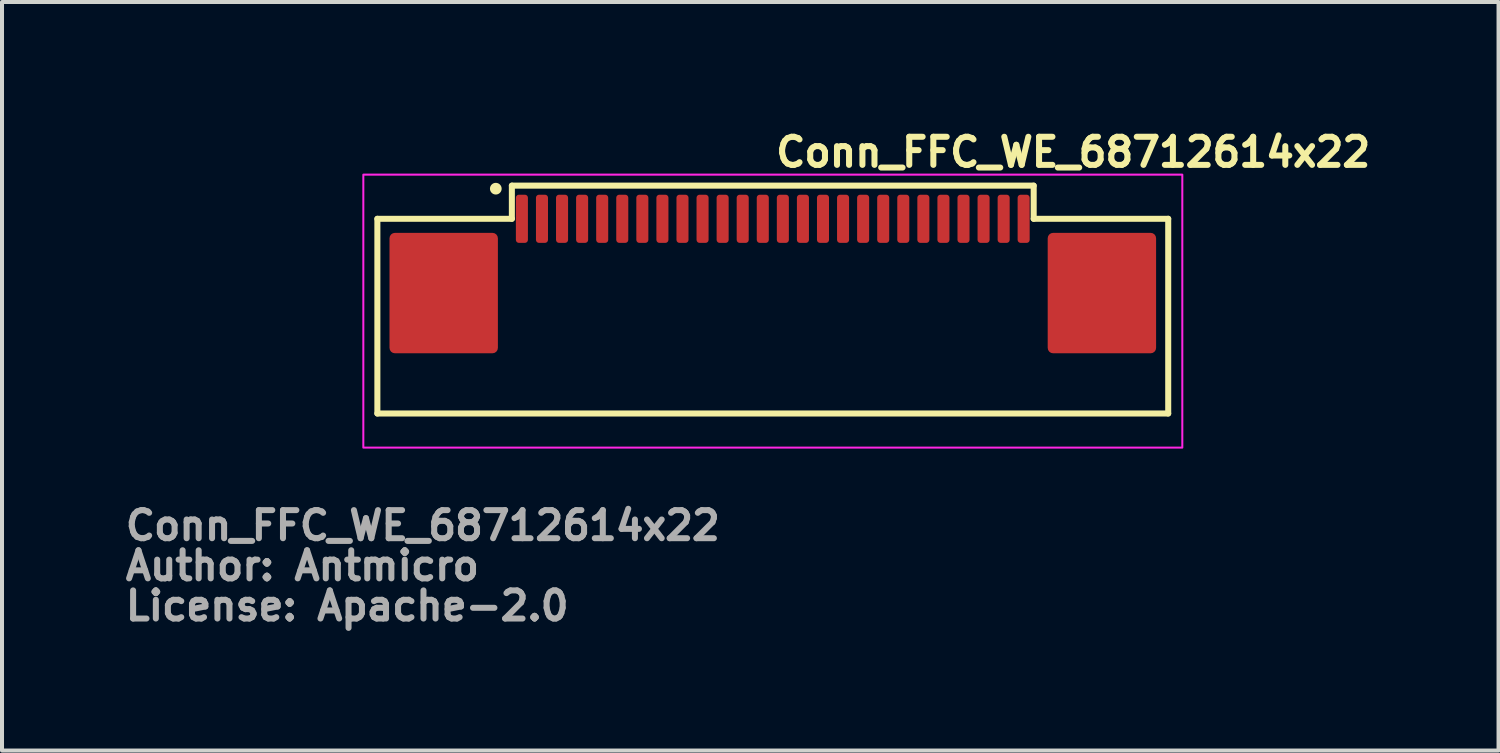
<source format=kicad_pcb>
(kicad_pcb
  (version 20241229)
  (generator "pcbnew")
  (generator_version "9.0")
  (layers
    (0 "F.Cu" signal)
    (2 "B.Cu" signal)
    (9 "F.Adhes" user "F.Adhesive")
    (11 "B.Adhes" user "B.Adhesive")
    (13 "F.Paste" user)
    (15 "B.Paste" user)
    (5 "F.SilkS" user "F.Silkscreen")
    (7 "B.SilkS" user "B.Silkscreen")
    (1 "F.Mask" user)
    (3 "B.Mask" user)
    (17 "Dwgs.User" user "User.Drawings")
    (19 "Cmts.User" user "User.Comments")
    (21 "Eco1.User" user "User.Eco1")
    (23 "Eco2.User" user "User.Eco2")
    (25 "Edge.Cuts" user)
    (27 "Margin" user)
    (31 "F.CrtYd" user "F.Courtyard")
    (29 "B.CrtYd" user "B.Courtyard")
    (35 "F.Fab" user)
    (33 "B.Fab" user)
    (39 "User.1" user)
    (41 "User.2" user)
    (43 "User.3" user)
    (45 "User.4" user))
  (footprint "Conn_FFC_WE_68712614x22"
    (layer "F.Cu")
    (at 16.2 4.55)
    (property "Reference" "Conn_FFC_WE_68712614x22" (at 0 -3.4 0) (layer "F.SilkS") (effects (font (size 0.7 0.7) (thickness 0.15)) (justify left bottom)))
    (attr smd)
    (fp_line (start -9.85 -2.15) (end -6.5 -2.15) (stroke (width 0.15) (type solid)) (layer "F.SilkS"))
    (fp_line (start -9.85 2.7) (end -9.85 -2.15) (stroke (width 0.15) (type solid)) (layer "F.SilkS"))
    (fp_line (start -6.5 -2.976) (end 6.498 -2.976) (stroke (width 0.15) (type solid)) (layer "F.SilkS"))
    (fp_line (start -6.5 -2.15) (end -6.5 -2.976) (stroke (width 0.15) (type solid)) (layer "F.SilkS"))
    (fp_line (start 6.498 -2.15) (end 6.498 -2.976) (stroke (width 0.15) (type solid)) (layer "F.SilkS"))
    (fp_line (start 9.849 -2.15) (end 6.498 -2.15) (stroke (width 0.15) (type solid)) (layer "F.SilkS"))
    (fp_line (start 9.849 2.7) (end -9.85 2.7) (stroke (width 0.15) (type solid)) (layer "F.SilkS"))
    (fp_line (start 9.849 2.7) (end 9.849 -2.15) (stroke (width 0.15) (type solid)) (layer "F.SilkS"))
    (fp_circle (center -6.9 -2.9) (end -6.85 -2.85) (stroke (width 0.15) (type solid)) (fill yes) (layer "F.SilkS"))
    (fp_rect (start -10.2 -3.25) (end 10.2 3.55) (stroke (width 0.05) (type solid)) (fill no) (layer "F.CrtYd"))
    (fp_rect (start -9.7 -2.55) (end 9.7 2.55) (stroke (width 0.1) (type solid)) (fill no) (layer "User.5"))
    (fp_line (start -9.701 1.249) (end 9.697 1.249) (stroke (width 0.02) (type solid)) (layer "User.9"))
    (fp_line (start -9.701 2.45) (end -9.701 1.249) (stroke (width 0.02) (type solid)) (layer "User.9"))
    (fp_line (start -9.701 2.454) (end -9.701 2.45) (stroke (width 0.02) (type solid)) (layer "User.9"))
    (fp_line (start -9.701 2.454) (end -9.701 2.45) (stroke (width 0.02) (type solid)) (layer "User.9"))
    (fp_line (start -9.701 2.459) (end -9.701 2.454) (stroke (width 0.02) (type solid)) (layer "User.9"))
    (fp_line (start -9.701 2.459) (end -9.701 2.454) (stroke (width 0.02) (type solid)) (layer "User.9"))
    (fp_line (start -9.701 2.463) (end -9.701 2.459) (stroke (width 0.02) (type solid)) (layer "User.9"))
    (fp_line (start -9.701 2.463) (end -9.701 2.459) (stroke (width 0.02) (type solid)) (layer "User.9"))
    (fp_line (start -9.699 2.468) (end -9.701 2.463) (stroke (width 0.02) (type solid)) (layer "User.9"))
    (fp_line (start -9.699 2.468) (end -9.701 2.463) (stroke (width 0.02) (type solid)) (layer "User.9"))
    (fp_line (start -9.699 2.474) (end -9.699 2.468) (stroke (width 0.02) (type solid)) (layer "User.9"))
    (fp_line (start -9.699 2.474) (end -9.699 2.468) (stroke (width 0.02) (type solid)) (layer "User.9"))
    (fp_line (start -9.696 2.479) (end -9.699 2.474) (stroke (width 0.02) (type solid)) (layer "User.9"))
    (fp_line (start -9.696 2.479) (end -9.699 2.474) (stroke (width 0.02) (type solid)) (layer "User.9"))
    (fp_line (start -9.695 2.483) (end -9.696 2.479) (stroke (width 0.02) (type solid)) (layer "User.9"))
    (fp_line (start -9.695 2.483) (end -9.696 2.479) (stroke (width 0.02) (type solid)) (layer "User.9"))
    (fp_line (start -9.693 2.487) (end -9.695 2.483) (stroke (width 0.02) (type solid)) (layer "User.9"))
    (fp_line (start -9.693 2.487) (end -9.695 2.483) (stroke (width 0.02) (type solid)) (layer "User.9"))
    (fp_line (start -9.692 2.491) (end -9.693 2.487) (stroke (width 0.02) (type solid)) (layer "User.9"))
    (fp_line (start -9.692 2.491) (end -9.693 2.487) (stroke (width 0.02) (type solid)) (layer "User.9"))
    (fp_line (start -9.689 2.496) (end -9.692 2.491) (stroke (width 0.02) (type solid)) (layer "User.9"))
    (fp_line (start -9.689 2.496) (end -9.692 2.491) (stroke (width 0.02) (type solid)) (layer "User.9"))
    (fp_line (start -9.686 2.5) (end -9.689 2.496) (stroke (width 0.02) (type solid)) (layer "User.9"))
    (fp_line (start -9.686 2.5) (end -9.689 2.496) (stroke (width 0.02) (type solid)) (layer "User.9"))
    (fp_line (start -9.683 2.504) (end -9.686 2.5) (stroke (width 0.02) (type solid)) (layer "User.9"))
    (fp_line (start -9.683 2.504) (end -9.686 2.5) (stroke (width 0.02) (type solid)) (layer "User.9"))
    (fp_line (start -9.682 2.508) (end -9.683 2.504) (stroke (width 0.02) (type solid)) (layer "User.9"))
    (fp_line (start -9.682 2.508) (end -9.683 2.504) (stroke (width 0.02) (type solid)) (layer "User.9"))
    (fp_line (start -9.679 2.512) (end -9.682 2.508) (stroke (width 0.02) (type solid)) (layer "User.9"))
    (fp_line (start -9.679 2.512) (end -9.682 2.508) (stroke (width 0.02) (type solid)) (layer "User.9"))
    (fp_line (start -9.674 2.515) (end -9.679 2.512) (stroke (width 0.02) (type solid)) (layer "User.9"))
    (fp_line (start -9.674 2.515) (end -9.679 2.512) (stroke (width 0.02) (type solid)) (layer "User.9"))
    (fp_line (start -9.672 2.519) (end -9.674 2.515) (stroke (width 0.02) (type solid)) (layer "User.9"))
    (fp_line (start -9.672 2.519) (end -9.674 2.515) (stroke (width 0.02) (type solid)) (layer "User.9"))
    (fp_line (start -9.667 2.523) (end -9.672 2.519) (stroke (width 0.02) (type solid)) (layer "User.9"))
    (fp_line (start -9.667 2.523) (end -9.672 2.519) (stroke (width 0.02) (type solid)) (layer "User.9"))
    (fp_line (start -9.664 2.527) (end -9.667 2.523) (stroke (width 0.02) (type solid)) (layer "User.9"))
    (fp_line (start -9.664 2.527) (end -9.667 2.523) (stroke (width 0.02) (type solid)) (layer "User.9"))
    (fp_line (start -9.66 2.53) (end -9.664 2.527) (stroke (width 0.02) (type solid)) (layer "User.9"))
    (fp_line (start -9.66 2.53) (end -9.664 2.527) (stroke (width 0.02) (type solid)) (layer "User.9"))
    (fp_line (start -9.657 2.531) (end -9.66 2.53) (stroke (width 0.02) (type solid)) (layer "User.9"))
    (fp_line (start -9.657 2.531) (end -9.66 2.53) (stroke (width 0.02) (type solid)) (layer "User.9"))
    (fp_line (start -9.653 2.535) (end -9.657 2.531) (stroke (width 0.02) (type solid)) (layer "User.9"))
    (fp_line (start -9.653 2.535) (end -9.657 2.531) (stroke (width 0.02) (type solid)) (layer "User.9"))
    (fp_line (start -9.648 2.538) (end -9.653 2.535) (stroke (width 0.02) (type solid)) (layer "User.9"))
    (fp_line (start -9.648 2.538) (end -9.653 2.535) (stroke (width 0.02) (type solid)) (layer "User.9"))
    (fp_line (start -9.644 2.539) (end -9.648 2.538) (stroke (width 0.02) (type solid)) (layer "User.9"))
    (fp_line (start -9.644 2.539) (end -9.648 2.538) (stroke (width 0.02) (type solid)) (layer "User.9"))
    (fp_line (start -9.64 2.542) (end -9.644 2.539) (stroke (width 0.02) (type solid)) (layer "User.9"))
    (fp_line (start -9.64 2.542) (end -9.644 2.539) (stroke (width 0.02) (type solid)) (layer "User.9"))
    (fp_line (start -9.635 2.543) (end -9.64 2.542) (stroke (width 0.02) (type solid)) (layer "User.9"))
    (fp_line (start -9.635 2.543) (end -9.64 2.542) (stroke (width 0.02) (type solid)) (layer "User.9"))
    (fp_line (start -9.631 2.544) (end -9.635 2.543) (stroke (width 0.02) (type solid)) (layer "User.9"))
    (fp_line (start -9.631 2.544) (end -9.635 2.543) (stroke (width 0.02) (type solid)) (layer "User.9"))
    (fp_line (start -9.625 2.547) (end -9.631 2.544) (stroke (width 0.02) (type solid)) (layer "User.9"))
    (fp_line (start -9.625 2.547) (end -9.631 2.544) (stroke (width 0.02) (type solid)) (layer "User.9"))
    (fp_line (start -9.621 2.547) (end -9.625 2.547) (stroke (width 0.02) (type solid)) (layer "User.9"))
    (fp_line (start -9.621 2.547) (end -9.625 2.547) (stroke (width 0.02) (type solid)) (layer "User.9"))
    (fp_line (start -9.615 2.548) (end -9.621 2.547) (stroke (width 0.02) (type solid)) (layer "User.9"))
    (fp_line (start -9.615 2.548) (end -9.621 2.547) (stroke (width 0.02) (type solid)) (layer "User.9"))
    (fp_line (start -9.611 2.548) (end -9.615 2.548) (stroke (width 0.02) (type solid)) (layer "User.9"))
    (fp_line (start -9.611 2.548) (end -9.615 2.548) (stroke (width 0.02) (type solid)) (layer "User.9"))
    (fp_line (start -9.606 2.548) (end -9.611 2.548) (stroke (width 0.02) (type solid)) (layer "User.9"))
    (fp_line (start -9.606 2.548) (end -9.611 2.548) (stroke (width 0.02) (type solid)) (layer "User.9"))
    (fp_line (start -9.6 2.548) (end -9.606 2.548) (stroke (width 0.02) (type solid)) (layer "User.9"))
    (fp_line (start -9.6 2.548) (end -9.606 2.548) (stroke (width 0.02) (type solid)) (layer "User.9"))
    (fp_line (start -9.6 2.548) (end 9.597 2.548) (stroke (width 0.02) (type solid)) (layer "User.9"))
    (fp_line (start -9.532 -0.359) (end -9.532 -0.355) (stroke (width 0.02) (type solid)) (layer "User.9"))
    (fp_line (start -9.532 -0.355) (end -9.532 -0.351) (stroke (width 0.02) (type solid)) (layer "User.9"))
    (fp_line (start -9.532 -0.351) (end -9.532 -0.346) (stroke (width 0.02) (type solid)) (layer "User.9"))
    (fp_line (start -9.532 -0.346) (end -9.531 -0.341) (stroke (width 0.02) (type solid)) (layer "User.9"))
    (fp_line (start -9.531 -1.262) (end -9.531 -1.262) (stroke (width 0.02) (type solid)) (layer "User.9"))
    (fp_line (start -9.531 -1.262) (end -9.531 -1.256) (stroke (width 0.02) (type solid)) (layer "User.9"))
    (fp_line (start -9.531 -1.256) (end -9.531 -1.252) (stroke (width 0.02) (type solid)) (layer "User.9"))
    (fp_line (start -9.531 -1.252) (end -9.531 -1.248) (stroke (width 0.02) (type solid)) (layer "User.9"))
    (fp_line (start -9.531 -1.248) (end -9.531 -1.242) (stroke (width 0.02) (type solid)) (layer "User.9"))
    (fp_line (start -9.531 -1.242) (end -9.531 -1.238) (stroke (width 0.02) (type solid)) (layer "User.9"))
    (fp_line (start -9.531 -1.238) (end -9.529 -1.234) (stroke (width 0.02) (type solid)) (layer "User.9"))
    (fp_line (start -9.531 -0.364) (end -9.532 -0.359) (stroke (width 0.02) (type solid)) (layer "User.9"))
    (fp_line (start -9.531 -0.341) (end -9.531 -0.341) (stroke (width 0.02) (type solid)) (layer "User.9"))
    (fp_line (start -9.531 -0.341) (end -9.531 -0.337) (stroke (width 0.02) (type solid)) (layer "User.9"))
    (fp_line (start -9.531 -0.337) (end -9.529 -0.332) (stroke (width 0.02) (type solid)) (layer "User.9"))
    (fp_line (start -9.529 -1.27) (end -9.529 -1.266) (stroke (width 0.02) (type solid)) (layer "User.9"))
    (fp_line (start -9.529 -1.266) (end -9.531 -1.262) (stroke (width 0.02) (type solid)) (layer "User.9"))
    (fp_line (start -9.529 -1.234) (end -9.529 -1.228) (stroke (width 0.02) (type solid)) (layer "User.9"))
    (fp_line (start -9.529 -1.228) (end -9.528 -1.224) (stroke (width 0.02) (type solid)) (layer "User.9"))
    (fp_line (start -9.529 -0.373) (end -9.529 -0.368) (stroke (width 0.02) (type solid)) (layer "User.9"))
    (fp_line (start -9.529 -0.368) (end -9.531 -0.364) (stroke (width 0.02) (type solid)) (layer "User.9"))
    (fp_line (start -9.529 -0.332) (end -9.529 -0.327) (stroke (width 0.02) (type solid)) (layer "User.9"))
    (fp_line (start -9.529 -0.327) (end -9.528 -0.323) (stroke (width 0.02) (type solid)) (layer "User.9"))
    (fp_line (start -9.528 -1.276) (end -9.529 -1.27) (stroke (width 0.02) (type solid)) (layer "User.9"))
    (fp_line (start -9.528 -1.224) (end -9.526 -1.22) (stroke (width 0.02) (type solid)) (layer "User.9"))
    (fp_line (start -9.528 -0.377) (end -9.529 -0.373) (stroke (width 0.02) (type solid)) (layer "User.9"))
    (fp_line (start -9.528 -0.323) (end -9.526 -0.317) (stroke (width 0.02) (type solid)) (layer "User.9"))
    (fp_line (start -9.526 -1.285) (end -9.526 -1.28) (stroke (width 0.02) (type solid)) (layer "User.9"))
    (fp_line (start -9.526 -1.28) (end -9.528 -1.276) (stroke (width 0.02) (type solid)) (layer "User.9"))
    (fp_line (start -9.526 -1.22) (end -9.525 -1.216) (stroke (width 0.02) (type solid)) (layer "User.9"))
    (fp_line (start -9.526 -0.387) (end -9.526 -0.382) (stroke (width 0.02) (type solid)) (layer "User.9"))
    (fp_line (start -9.526 -0.382) (end -9.528 -0.377) (stroke (width 0.02) (type solid)) (layer "User.9"))
    (fp_line (start -9.526 -0.317) (end -9.525 -0.313) (stroke (width 0.02) (type solid)) (layer "User.9"))
    (fp_line (start -9.525 -1.216) (end -9.522 -1.212) (stroke (width 0.02) (type solid)) (layer "User.9"))
    (fp_line (start -9.525 -0.313) (end -9.522 -0.309) (stroke (width 0.02) (type solid)) (layer "User.9"))
    (fp_line (start -9.523 -1.289) (end -9.526 -1.285) (stroke (width 0.02) (type solid)) (layer "User.9"))
    (fp_line (start -9.523 -0.391) (end -9.526 -0.387) (stroke (width 0.02) (type solid)) (layer "User.9"))
    (fp_line (start -9.522 -1.293) (end -9.523 -1.289) (stroke (width 0.02) (type solid)) (layer "User.9"))
    (fp_line (start -9.522 -1.212) (end -9.52 -1.208) (stroke (width 0.02) (type solid)) (layer "User.9"))
    (fp_line (start -9.522 -0.395) (end -9.523 -0.391) (stroke (width 0.02) (type solid)) (layer "User.9"))
    (fp_line (start -9.522 -0.309) (end -9.52 -0.305) (stroke (width 0.02) (type solid)) (layer "User.9"))
    (fp_line (start -9.52 -1.208) (end -9.519 -1.204) (stroke (width 0.02) (type solid)) (layer "User.9"))
    (fp_line (start -9.52 -0.305) (end -9.519 -0.301) (stroke (width 0.02) (type solid)) (layer "User.9"))
    (fp_line (start -9.519 -1.297) (end -9.522 -1.293) (stroke (width 0.02) (type solid)) (layer "User.9"))
    (fp_line (start -9.519 -1.204) (end -9.516 -1.2) (stroke (width 0.02) (type solid)) (layer "User.9"))
    (fp_line (start -9.519 -0.399) (end -9.522 -0.395) (stroke (width 0.02) (type solid)) (layer "User.9"))
    (fp_line (start -9.519 -0.301) (end -9.516 -0.297) (stroke (width 0.02) (type solid)) (layer "User.9"))
    (fp_line (start -9.517 -1.301) (end -9.519 -1.297) (stroke (width 0.02) (type solid)) (layer "User.9"))
    (fp_line (start -9.517 -0.403) (end -9.519 -0.399) (stroke (width 0.02) (type solid)) (layer "User.9"))
    (fp_line (start -9.516 -1.305) (end -9.517 -1.301) (stroke (width 0.02) (type solid)) (layer "User.9"))
    (fp_line (start -9.516 -1.2) (end -9.515 -1.196) (stroke (width 0.02) (type solid)) (layer "User.9"))
    (fp_line (start -9.516 -0.297) (end -9.513 -0.293) (stroke (width 0.02) (type solid)) (layer "User.9"))
    (fp_line (start -9.515 -1.196) (end -9.512 -1.192) (stroke (width 0.02) (type solid)) (layer "User.9"))
    (fp_line (start -9.515 -0.407) (end -9.517 -0.403) (stroke (width 0.02) (type solid)) (layer "User.9"))
    (fp_line (start -9.513 -1.309) (end -9.516 -1.305) (stroke (width 0.02) (type solid)) (layer "User.9"))
    (fp_line (start -9.513 -0.411) (end -9.515 -0.407) (stroke (width 0.02) (type solid)) (layer "User.9"))
    (fp_line (start -9.513 -0.293) (end -9.51 -0.289) (stroke (width 0.02) (type solid)) (layer "User.9"))
    (fp_line (start -9.512 -1.192) (end -9.509 -1.188) (stroke (width 0.02) (type solid)) (layer "User.9"))
    (fp_line (start -9.51 -1.313) (end -9.513 -1.309) (stroke (width 0.02) (type solid)) (layer "User.9"))
    (fp_line (start -9.51 -0.414) (end -9.513 -0.411) (stroke (width 0.02) (type solid)) (layer "User.9"))
    (fp_line (start -9.51 -0.289) (end -9.507 -0.287) (stroke (width 0.02) (type solid)) (layer "User.9"))
    (fp_line (start -9.509 -1.188) (end -9.506 -1.184) (stroke (width 0.02) (type solid)) (layer "User.9"))
    (fp_line (start -9.507 -1.315) (end -9.51 -1.313) (stroke (width 0.02) (type solid)) (layer "User.9"))
    (fp_line (start -9.507 -0.287) (end -9.504 -0.284) (stroke (width 0.02) (type solid)) (layer "User.9"))
    (fp_line (start -9.506 -1.184) (end -9.503 -1.182) (stroke (width 0.02) (type solid)) (layer "User.9"))
    (fp_line (start -9.506 -0.417) (end -9.51 -0.414) (stroke (width 0.02) (type solid)) (layer "User.9"))
    (fp_line (start -9.504 -1.319) (end -9.507 -1.315) (stroke (width 0.02) (type solid)) (layer "User.9"))
    (fp_line (start -9.504 -0.284) (end -9.501 -0.28) (stroke (width 0.02) (type solid)) (layer "User.9"))
    (fp_line (start -9.503 -1.182) (end -9.5 -1.178) (stroke (width 0.02) (type solid)) (layer "User.9"))
    (fp_line (start -9.503 -0.42) (end -9.506 -0.417) (stroke (width 0.02) (type solid)) (layer "User.9"))
    (fp_line (start -9.501 -1.323) (end -9.504 -1.319) (stroke (width 0.02) (type solid)) (layer "User.9"))
    (fp_line (start -9.501 -0.28) (end -9.499 -0.277) (stroke (width 0.02) (type solid)) (layer "User.9"))
    (fp_line (start -9.5 -1.178) (end -9.497 -1.176) (stroke (width 0.02) (type solid)) (layer "User.9"))
    (fp_line (start -9.5 -0.423) (end -9.503 -0.42) (stroke (width 0.02) (type solid)) (layer "User.9"))
    (fp_line (start -9.499 -0.277) (end -9.496 -0.274) (stroke (width 0.02) (type solid)) (layer "User.9"))
    (fp_line (start -9.497 -1.325) (end -9.501 -1.323) (stroke (width 0.02) (type solid)) (layer "User.9"))
    (fp_line (start -9.497 -1.176) (end -9.494 -1.172) (stroke (width 0.02) (type solid)) (layer "User.9"))
    (fp_line (start -9.497 -0.426) (end -9.5 -0.423) (stroke (width 0.02) (type solid)) (layer "User.9"))
    (fp_line (start -9.496 -0.274) (end -9.491 -0.272) (stroke (width 0.02) (type solid)) (layer "User.9"))
    (fp_line (start -9.494 -1.329) (end -9.497 -1.325) (stroke (width 0.02) (type solid)) (layer "User.9"))
    (fp_line (start -9.494 -1.172) (end -9.49 -1.17) (stroke (width 0.02) (type solid)) (layer "User.9"))
    (fp_line (start -9.494 -0.429) (end -9.497 -0.426) (stroke (width 0.02) (type solid)) (layer "User.9"))
    (fp_line (start -9.491 -1.331) (end -9.494 -1.329) (stroke (width 0.02) (type solid)) (layer "User.9"))
    (fp_line (start -9.491 -0.272) (end -9.487 -0.269) (stroke (width 0.02) (type solid)) (layer "User.9"))
    (fp_line (start -9.49 -1.17) (end -9.486 -1.168) (stroke (width 0.02) (type solid)) (layer "User.9"))
    (fp_line (start -9.49 -0.432) (end -9.494 -0.429) (stroke (width 0.02) (type solid)) (layer "User.9"))
    (fp_line (start -9.487 -1.333) (end -9.491 -1.331) (stroke (width 0.02) (type solid)) (layer "User.9"))
    (fp_line (start -9.487 -0.434) (end -9.49 -0.432) (stroke (width 0.02) (type solid)) (layer "User.9"))
    (fp_line (start -9.487 -0.269) (end -9.484 -0.266) (stroke (width 0.02) (type solid)) (layer "User.9"))
    (fp_line (start -9.486 -1.168) (end -9.481 -1.164) (stroke (width 0.02) (type solid)) (layer "User.9"))
    (fp_line (start -9.484 -1.337) (end -9.487 -1.333) (stroke (width 0.02) (type solid)) (layer "User.9"))
    (fp_line (start -9.484 -0.266) (end -9.481 -0.264) (stroke (width 0.02) (type solid)) (layer "User.9"))
    (fp_line (start -9.483 -0.437) (end -9.487 -0.434) (stroke (width 0.02) (type solid)) (layer "User.9"))
    (fp_line (start -9.481 -1.164) (end -9.477 -1.162) (stroke (width 0.02) (type solid)) (layer "User.9"))
    (fp_line (start -9.481 -0.264) (end -9.477 -0.262) (stroke (width 0.02) (type solid)) (layer "User.9"))
    (fp_line (start -9.48 -1.339) (end -9.484 -1.337) (stroke (width 0.02) (type solid)) (layer "User.9"))
    (fp_line (start -9.478 -0.439) (end -9.483 -0.437) (stroke (width 0.02) (type solid)) (layer "User.9"))
    (fp_line (start -9.477 -1.162) (end -9.474 -1.16) (stroke (width 0.02) (type solid)) (layer "User.9"))
    (fp_line (start -9.477 -0.262) (end -9.472 -0.26) (stroke (width 0.02) (type solid)) (layer "User.9"))
    (fp_line (start -9.475 -1.341) (end -9.48 -1.339) (stroke (width 0.02) (type solid)) (layer "User.9"))
    (fp_line (start -9.474 -1.16) (end -9.47 -1.158) (stroke (width 0.02) (type solid)) (layer "User.9"))
    (fp_line (start -9.474 -0.441) (end -9.478 -0.439) (stroke (width 0.02) (type solid)) (layer "User.9"))
    (fp_line (start -9.472 -0.26) (end -9.468 -0.258) (stroke (width 0.02) (type solid)) (layer "User.9"))
    (fp_line (start -9.471 -1.343) (end -9.475 -1.341) (stroke (width 0.02) (type solid)) (layer "User.9"))
    (fp_line (start -9.47 -1.158) (end -9.465 -1.156) (stroke (width 0.02) (type solid)) (layer "User.9"))
    (fp_line (start -9.47 -0.443) (end -9.474 -0.441) (stroke (width 0.02) (type solid)) (layer "User.9"))
    (fp_line (start -9.468 -1.345) (end -9.471 -1.343) (stroke (width 0.02) (type solid)) (layer "User.9"))
    (fp_line (start -9.468 -0.258) (end -9.464 -0.256) (stroke (width 0.02) (type solid)) (layer "User.9"))
    (fp_line (start -9.465 -1.156) (end -9.461 -1.156) (stroke (width 0.02) (type solid)) (layer "User.9"))
    (fp_line (start -9.465 -0.445) (end -9.47 -0.443) (stroke (width 0.02) (type solid)) (layer "User.9"))
    (fp_line (start -9.464 -1.345) (end -9.468 -1.345) (stroke (width 0.02) (type solid)) (layer "User.9"))
    (fp_line (start -9.464 -0.256) (end -9.459 -0.254) (stroke (width 0.02) (type solid)) (layer "User.9"))
    (fp_line (start -9.461 -1.156) (end -9.456 -1.154) (stroke (width 0.02) (type solid)) (layer "User.9"))
    (fp_line (start -9.461 -0.446) (end -9.465 -0.445) (stroke (width 0.02) (type solid)) (layer "User.9"))
    (fp_line (start -9.459 -0.254) (end -9.455 -0.253) (stroke (width 0.02) (type solid)) (layer "User.9"))
    (fp_line (start -9.458 -1.347) (end -9.464 -1.345) (stroke (width 0.02) (type solid)) (layer "User.9"))
    (fp_line (start -9.456 -1.154) (end -9.452 -1.154) (stroke (width 0.02) (type solid)) (layer "User.9"))
    (fp_line (start -9.456 -0.447) (end -9.461 -0.446) (stroke (width 0.02) (type solid)) (layer "User.9"))
    (fp_line (start -9.455 -1.349) (end -9.458 -1.347) (stroke (width 0.02) (type solid)) (layer "User.9"))
    (fp_line (start -9.455 -0.253) (end -9.451 -0.252) (stroke (width 0.02) (type solid)) (layer "User.9"))
    (fp_line (start -9.452 -1.154) (end -9.151 -1.091) (stroke (width 0.02) (type solid)) (layer "User.9"))
    (fp_line (start -9.452 -0.448) (end -9.456 -0.447) (stroke (width 0.02) (type solid)) (layer "User.9"))
    (fp_line (start -9.451 -0.252) (end -9.445 -0.251) (stroke (width 0.02) (type solid)) (layer "User.9"))
    (fp_line (start -9.449 -1.349) (end -9.455 -1.349) (stroke (width 0.02) (type solid)) (layer "User.9"))
    (fp_line (start -9.445 -1.349) (end -9.449 -1.349) (stroke (width 0.02) (type solid)) (layer "User.9"))
    (fp_line (start -9.445 -0.251) (end -9.442 -0.251) (stroke (width 0.02) (type solid)) (layer "User.9"))
    (fp_line (start -9.442 -0.251) (end -9.436 -0.251) (stroke (width 0.02) (type solid)) (layer "User.9"))
    (fp_line (start -9.44 -1.351) (end -9.445 -1.349) (stroke (width 0.02) (type solid)) (layer "User.9"))
    (fp_line (start -9.436 -1.351) (end -9.44 -1.351) (stroke (width 0.02) (type solid)) (layer "User.9"))
    (fp_line (start -9.436 -0.251) (end -9.432 -0.25) (stroke (width 0.02) (type solid)) (layer "User.9"))
    (fp_line (start -9.432 -0.25) (end -9.151 -0.25) (stroke (width 0.02) (type solid)) (layer "User.9"))
    (fp_line (start -9.43 -1.351) (end -9.436 -1.351) (stroke (width 0.02) (type solid)) (layer "User.9"))
    (fp_line (start -9.43 -1.351) (end -9.151 -1.351) (stroke (width 0.02) (type solid)) (layer "User.9"))
    (fp_line (start -9.401 1.249) (end -9.388 1.249) (stroke (width 0.02) (type solid)) (layer "User.9"))
    (fp_line (start -9.388 1.249) (end -9.376 1.247) (stroke (width 0.02) (type solid)) (layer "User.9"))
    (fp_line (start -9.376 1.247) (end -9.365 1.247) (stroke (width 0.02) (type solid)) (layer "User.9"))
    (fp_line (start -9.365 1.247) (end -9.352 1.243) (stroke (width 0.02) (type solid)) (layer "User.9"))
    (fp_line (start -9.352 1.243) (end -9.34 1.241) (stroke (width 0.02) (type solid)) (layer "User.9"))
    (fp_line (start -9.34 1.241) (end -9.329 1.237) (stroke (width 0.02) (type solid)) (layer "User.9"))
    (fp_line (start -9.329 1.237) (end -9.317 1.235) (stroke (width 0.02) (type solid)) (layer "User.9"))
    (fp_line (start -9.317 1.235) (end -9.305 1.229) (stroke (width 0.02) (type solid)) (layer "User.9"))
    (fp_line (start -9.305 1.229) (end -9.295 1.225) (stroke (width 0.02) (type solid)) (layer "User.9"))
    (fp_line (start -9.295 1.225) (end -9.283 1.219) (stroke (width 0.02) (type solid)) (layer "User.9"))
    (fp_line (start -9.283 1.219) (end -9.272 1.213) (stroke (width 0.02) (type solid)) (layer "User.9"))
    (fp_line (start -9.272 1.213) (end -9.263 1.207) (stroke (width 0.02) (type solid)) (layer "User.9"))
    (fp_line (start -9.263 1.207) (end -9.253 1.199) (stroke (width 0.02) (type solid)) (layer "User.9"))
    (fp_line (start -9.253 1.199) (end -9.243 1.193) (stroke (width 0.02) (type solid)) (layer "User.9"))
    (fp_line (start -9.243 1.193) (end -9.234 1.185) (stroke (width 0.02) (type solid)) (layer "User.9"))
    (fp_line (start -9.234 1.185) (end -9.224 1.175) (stroke (width 0.02) (type solid)) (layer "User.9"))
    (fp_line (start -9.224 1.175) (end -9.224 1.175) (stroke (width 0.02) (type solid)) (layer "User.9"))
    (fp_line (start -9.224 1.175) (end -9.215 1.167) (stroke (width 0.02) (type solid)) (layer "User.9"))
    (fp_line (start -9.215 1.167) (end -9.208 1.157) (stroke (width 0.02) (type solid)) (layer "User.9"))
    (fp_line (start -9.208 1.157) (end -9.201 1.148) (stroke (width 0.02) (type solid)) (layer "User.9"))
    (fp_line (start -9.201 1.148) (end -9.193 1.138) (stroke (width 0.02) (type solid)) (layer "User.9"))
    (fp_line (start -9.193 1.138) (end -9.186 1.128) (stroke (width 0.02) (type solid)) (layer "User.9"))
    (fp_line (start -9.186 1.128) (end -9.18 1.116) (stroke (width 0.02) (type solid)) (layer "User.9"))
    (fp_line (start -9.18 1.116) (end -9.176 1.106) (stroke (width 0.02) (type solid)) (layer "User.9"))
    (fp_line (start -9.176 1.106) (end -9.17 1.094) (stroke (width 0.02) (type solid)) (layer "User.9"))
    (fp_line (start -9.17 1.094) (end -9.166 1.084) (stroke (width 0.02) (type solid)) (layer "User.9"))
    (fp_line (start -9.166 1.084) (end -9.163 1.072) (stroke (width 0.02) (type solid)) (layer "User.9"))
    (fp_line (start -9.163 1.072) (end -9.158 1.06) (stroke (width 0.02) (type solid)) (layer "User.9"))
    (fp_line (start -9.158 1.06) (end -9.157 1.048) (stroke (width 0.02) (type solid)) (layer "User.9"))
    (fp_line (start -9.157 1.048) (end -9.154 1.036) (stroke (width 0.02) (type solid)) (layer "User.9"))
    (fp_line (start -9.154 1.036) (end -9.153 1.024) (stroke (width 0.02) (type solid)) (layer "User.9"))
    (fp_line (start -9.153 1.024) (end -9.151 1.011) (stroke (width 0.02) (type solid)) (layer "User.9"))
    (fp_line (start -9.151 -1.75) (end -9.151 0.998) (stroke (width 0.02) (type solid)) (layer "User.9"))
    (fp_line (start -9.151 -1.75) (end -8.701 -1.75) (stroke (width 0.02) (type solid)) (layer "User.9"))
    (fp_line (start -9.151 -0.511) (end -9.452 -0.448) (stroke (width 0.02) (type solid)) (layer "User.9"))
    (fp_line (start -9.151 1.011) (end -9.151 0.998) (stroke (width 0.02) (type solid)) (layer "User.9"))
    (fp_line (start -8.701 -1.75) (end -8.701 1.249) (stroke (width 0.02) (type solid)) (layer "User.9"))
    (fp_line (start -8.701 -1.75) (end -7.93 -1.75) (stroke (width 0.02) (type solid)) (layer "User.9"))
    (fp_line (start -8.531 0.748) (end -8.531 -1.351) (stroke (width 0.02) (type solid)) (layer "User.9"))
    (fp_line (start -8.131 -0.71) (end -8.129 -0.72) (stroke (width 0.02) (type solid)) (layer "User.9"))
    (fp_line (start -8.131 -0.702) (end -8.131 -0.71) (stroke (width 0.02) (type solid)) (layer "User.9"))
    (fp_line (start -8.131 -0.692) (end -8.131 -0.702) (stroke (width 0.02) (type solid)) (layer "User.9"))
    (fp_line (start -8.129 -0.72) (end -8.128 -0.729) (stroke (width 0.02) (type solid)) (layer "User.9"))
    (fp_line (start -8.129 -0.682) (end -8.131 -0.692) (stroke (width 0.02) (type solid)) (layer "User.9"))
    (fp_line (start -8.128 -0.729) (end -8.125 -0.739) (stroke (width 0.02) (type solid)) (layer "User.9"))
    (fp_line (start -8.128 -0.673) (end -8.129 -0.682) (stroke (width 0.02) (type solid)) (layer "User.9"))
    (fp_line (start -8.125 -0.739) (end -8.124 -0.748) (stroke (width 0.02) (type solid)) (layer "User.9"))
    (fp_line (start -8.125 -0.663) (end -8.128 -0.673) (stroke (width 0.02) (type solid)) (layer "User.9"))
    (fp_line (start -8.124 -0.748) (end -8.119 -0.758) (stroke (width 0.02) (type solid)) (layer "User.9"))
    (fp_line (start -8.124 -0.654) (end -8.125 -0.663) (stroke (width 0.02) (type solid)) (layer "User.9"))
    (fp_line (start -8.119 -0.758) (end -8.115 -0.767) (stroke (width 0.02) (type solid)) (layer "User.9"))
    (fp_line (start -8.119 -0.644) (end -8.124 -0.654) (stroke (width 0.02) (type solid)) (layer "User.9"))
    (fp_line (start -8.115 -0.767) (end -8.11 -0.776) (stroke (width 0.02) (type solid)) (layer "User.9"))
    (fp_line (start -8.115 -0.634) (end -8.119 -0.644) (stroke (width 0.02) (type solid)) (layer "User.9"))
    (fp_line (start -8.11 -0.776) (end -8.11 -0.776) (stroke (width 0.02) (type solid)) (layer "User.9"))
    (fp_line (start -8.11 -0.776) (end -8.109 -0.781) (stroke (width 0.02) (type solid)) (layer "User.9"))
    (fp_line (start -8.11 -0.625) (end -8.115 -0.634) (stroke (width 0.02) (type solid)) (layer "User.9"))
    (fp_line (start -8.11 -0.625) (end -8.11 -0.625) (stroke (width 0.02) (type solid)) (layer "User.9"))
    (fp_line (start -8.109 -0.781) (end -8.106 -0.785) (stroke (width 0.02) (type solid)) (layer "User.9"))
    (fp_line (start -8.106 -0.785) (end -8.103 -0.789) (stroke (width 0.02) (type solid)) (layer "User.9"))
    (fp_line (start -8.106 -0.617) (end -8.11 -0.625) (stroke (width 0.02) (type solid)) (layer "User.9"))
    (fp_line (start -8.103 -0.789) (end -8.099 -0.793) (stroke (width 0.02) (type solid)) (layer "User.9"))
    (fp_line (start -8.099 -0.793) (end -8.096 -0.797) (stroke (width 0.02) (type solid)) (layer "User.9"))
    (fp_line (start -8.099 -0.609) (end -8.106 -0.617) (stroke (width 0.02) (type solid)) (layer "User.9"))
    (fp_line (start -8.096 -0.797) (end -8.093 -0.801) (stroke (width 0.02) (type solid)) (layer "User.9"))
    (fp_line (start -8.093 -0.801) (end -8.09 -0.804) (stroke (width 0.02) (type solid)) (layer "User.9"))
    (fp_line (start -8.093 -0.601) (end -8.099 -0.609) (stroke (width 0.02) (type solid)) (layer "User.9"))
    (fp_line (start -8.09 -0.804) (end -8.087 -0.808) (stroke (width 0.02) (type solid)) (layer "User.9"))
    (fp_line (start -8.087 -0.808) (end -8.083 -0.811) (stroke (width 0.02) (type solid)) (layer "User.9"))
    (fp_line (start -8.087 -0.594) (end -8.093 -0.601) (stroke (width 0.02) (type solid)) (layer "User.9"))
    (fp_line (start -8.083 -0.811) (end -8.08 -0.814) (stroke (width 0.02) (type solid)) (layer "User.9"))
    (fp_line (start -8.08 -0.814) (end -8.076 -0.818) (stroke (width 0.02) (type solid)) (layer "User.9"))
    (fp_line (start -8.08 -0.588) (end -8.087 -0.594) (stroke (width 0.02) (type solid)) (layer "User.9"))
    (fp_line (start -8.076 -0.818) (end -8.073 -0.821) (stroke (width 0.02) (type solid)) (layer "User.9"))
    (fp_line (start -8.073 -0.821) (end -8.068 -0.824) (stroke (width 0.02) (type solid)) (layer "User.9"))
    (fp_line (start -8.073 -0.581) (end -8.08 -0.588) (stroke (width 0.02) (type solid)) (layer "User.9"))
    (fp_line (start -8.068 -0.824) (end -8.064 -0.826) (stroke (width 0.02) (type solid)) (layer "User.9"))
    (fp_line (start -8.064 -0.826) (end -8.061 -0.829) (stroke (width 0.02) (type solid)) (layer "User.9"))
    (fp_line (start -8.064 -0.577) (end -8.073 -0.581) (stroke (width 0.02) (type solid)) (layer "User.9"))
    (fp_line (start -8.061 -0.829) (end -8.055 -0.831) (stroke (width 0.02) (type solid)) (layer "User.9"))
    (fp_line (start -8.055 -0.831) (end -8.051 -0.833) (stroke (width 0.02) (type solid)) (layer "User.9"))
    (fp_line (start -8.055 -0.572) (end -8.064 -0.577) (stroke (width 0.02) (type solid)) (layer "User.9"))
    (fp_line (start -8.051 -0.833) (end -8.048 -0.835) (stroke (width 0.02) (type solid)) (layer "User.9"))
    (fp_line (start -8.048 -0.835) (end -8.044 -0.837) (stroke (width 0.02) (type solid)) (layer "User.9"))
    (fp_line (start -8.048 -0.567) (end -8.055 -0.572) (stroke (width 0.02) (type solid)) (layer "User.9"))
    (fp_line (start -8.044 -0.837) (end -8.038 -0.839) (stroke (width 0.02) (type solid)) (layer "User.9"))
    (fp_line (start -8.038 -0.839) (end -8.035 -0.841) (stroke (width 0.02) (type solid)) (layer "User.9"))
    (fp_line (start -8.038 -0.563) (end -8.048 -0.567) (stroke (width 0.02) (type solid)) (layer "User.9"))
    (fp_line (start -8.035 -0.841) (end -8.029 -0.842) (stroke (width 0.02) (type solid)) (layer "User.9"))
    (fp_line (start -8.029 -0.842) (end -8.025 -0.844) (stroke (width 0.02) (type solid)) (layer "User.9"))
    (fp_line (start -8.029 -0.56) (end -8.038 -0.563) (stroke (width 0.02) (type solid)) (layer "User.9"))
    (fp_line (start -8.025 -0.844) (end -8.02 -0.845) (stroke (width 0.02) (type solid)) (layer "User.9"))
    (fp_line (start -8.02 -0.845) (end -8.016 -0.847) (stroke (width 0.02) (type solid)) (layer "User.9"))
    (fp_line (start -8.02 -0.557) (end -8.029 -0.56) (stroke (width 0.02) (type solid)) (layer "User.9"))
    (fp_line (start -8.016 -0.847) (end -8.01 -0.848) (stroke (width 0.02) (type solid)) (layer "User.9"))
    (fp_line (start -8.01 -0.848) (end -8.006 -0.848) (stroke (width 0.02) (type solid)) (layer "User.9"))
    (fp_line (start -8.01 -0.554) (end -8.02 -0.557) (stroke (width 0.02) (type solid)) (layer "User.9"))
    (fp_line (start -8.006 -0.848) (end -8 -0.849) (stroke (width 0.02) (type solid)) (layer "User.9"))
    (fp_line (start -8 -0.849) (end -7.996 -0.85) (stroke (width 0.02) (type solid)) (layer "User.9"))
    (fp_line (start -8 -0.553) (end -8.01 -0.554) (stroke (width 0.02) (type solid)) (layer "User.9"))
    (fp_line (start -7.996 -0.85) (end -7.99 -0.85) (stroke (width 0.02) (type solid)) (layer "User.9"))
    (fp_line (start -7.99 -0.85) (end -7.987 -0.85) (stroke (width 0.02) (type solid)) (layer "User.9"))
    (fp_line (start -7.99 -0.552) (end -8 -0.553) (stroke (width 0.02) (type solid)) (layer "User.9"))
    (fp_line (start -7.987 -0.85) (end -7.981 -0.851) (stroke (width 0.02) (type solid)) (layer "User.9"))
    (fp_line (start -7.981 -0.851) (end -7.44 -0.851) (stroke (width 0.02) (type solid)) (layer "User.9"))
    (fp_line (start -7.981 -0.551) (end -7.99 -0.552) (stroke (width 0.02) (type solid)) (layer "User.9"))
    (fp_line (start -7.781 -1.601) (end -7.93 -1.75) (stroke (width 0.02) (type solid)) (layer "User.9"))
    (fp_line (start -7.781 -1.351) (end -7.781 -1.601) (stroke (width 0.02) (type solid)) (layer "User.9"))
    (fp_line (start -7.781 -0.551) (end -7.781 -0.851) (stroke (width 0.02) (type solid)) (layer "User.9"))
    (fp_line (start -7.781 0.849) (end -7.781 0.748) (stroke (width 0.02) (type solid)) (layer "User.9"))
    (fp_line (start -7.631 -1.45) (end -7.781 -1.601) (stroke (width 0.02) (type solid)) (layer "User.9"))
    (fp_line (start -7.631 -1.45) (end -7.631 -1.351) (stroke (width 0.02) (type solid)) (layer "User.9"))
    (fp_line (start -7.631 -0.851) (end -7.631 -0.551) (stroke (width 0.02) (type solid)) (layer "User.9"))
    (fp_line (start -7.631 0.748) (end -7.631 0.849) (stroke (width 0.02) (type solid)) (layer "User.9"))
    (fp_line (start -7.44 -1.351) (end -8.531 -1.351) (stroke (width 0.02) (type solid)) (layer "User.9"))
    (fp_line (start -7.44 -1.351) (end -7.231 -1.351) (stroke (width 0.02) (type solid)) (layer "User.9"))
    (fp_line (start -7.44 -0.551) (end -7.981 -0.551) (stroke (width 0.02) (type solid)) (layer "User.9"))
    (fp_line (start -7.44 -0.551) (end -7.231 -0.551) (stroke (width 0.02) (type solid)) (layer "User.9"))
    (fp_line (start -7.44 0.748) (end -8.531 0.748) (stroke (width 0.02) (type solid)) (layer "User.9"))
    (fp_line (start -7.44 0.748) (end -7.231 0.748) (stroke (width 0.02) (type solid)) (layer "User.9"))
    (fp_line (start -7.43 -1.551) (end -7.43 -1.351) (stroke (width 0.02) (type solid)) (layer "User.9"))
    (fp_line (start -7.43 -1.551) (end -7.231 -1.551) (stroke (width 0.02) (type solid)) (layer "User.9"))
    (fp_line (start -7.43 0.849) (end -7.781 0.849) (stroke (width 0.02) (type solid)) (layer "User.9"))
    (fp_line (start -7.43 0.849) (end -7.43 1.249) (stroke (width 0.02) (type solid)) (layer "User.9"))
    (fp_line (start -7.231 -1.551) (end -7.231 -1.351) (stroke (width 0.02) (type solid)) (layer "User.9"))
    (fp_line (start -7.231 -1.25) (end -7.231 -1.351) (stroke (width 0.02) (type solid)) (layer "User.9"))
    (fp_line (start -7.231 -1.25) (end -7.231 -1.351) (stroke (width 0.02) (type solid)) (layer "User.9"))
    (fp_line (start -7.231 -0.851) (end -7.44 -0.851) (stroke (width 0.02) (type solid)) (layer "User.9"))
    (fp_line (start -7.231 1.249) (end -7.231 -1.25) (stroke (width 0.02) (type solid)) (layer "User.9"))
    (fp_line (start -7.231 1.249) (end 9.697 1.249) (stroke (width 0.02) (type solid)) (layer "User.9"))
    (fp_line (start -6.731 -1.75) (end -7.231 -1.25) (stroke (width 0.02) (type solid)) (layer "User.9"))
    (fp_line (start -6.731 -1.75) (end -6.35 -1.75) (stroke (width 0.02) (type solid)) (layer "User.9"))
    (fp_line (start -6.35 -2.551) (end -6.151 -2.551) (stroke (width 0.02) (type solid)) (layer "User.9"))
    (fp_line (start -6.35 -2.05) (end -6.35 -2.551) (stroke (width 0.02) (type solid)) (layer "User.9"))
    (fp_line (start -6.35 -2.05) (end -6.151 -2.05) (stroke (width 0.02) (type solid)) (layer "User.9"))
    (fp_line (start -6.35 -1.75) (end -6.35 -2.05) (stroke (width 0.02) (type solid)) (layer "User.9"))
    (fp_line (start -6.35 -1.75) (end -6.35 -1.25) (stroke (width 0.02) (type solid)) (layer "User.9"))
    (fp_line (start -6.35 -1.75) (end -6.151 -1.75) (stroke (width 0.02) (type solid)) (layer "User.9"))
    (fp_line (start -6.35 -1.25) (end -6.35 -1.75) (stroke (width 0.02) (type solid)) (layer "User.9"))
    (fp_line (start -6.35 -1.25) (end -6.151 -1.25) (stroke (width 0.02) (type solid)) (layer "User.9"))
    (fp_line (start -6.35 -1.25) (end -6.151 -1.25) (stroke (width 0.02) (type solid)) (layer "User.9"))
    (fp_line (start -6.151 -2.05) (end -6.151 -2.551) (stroke (width 0.02) (type solid)) (layer "User.9"))
    (fp_line (start -6.151 -1.75) (end -6.151 -2.05) (stroke (width 0.02) (type solid)) (layer "User.9"))
    (fp_line (start -6.151 -1.75) (end -6.151 -1.25) (stroke (width 0.02) (type solid)) (layer "User.9"))
    (fp_line (start -6.151 -1.75) (end -5.85 -1.75) (stroke (width 0.02) (type solid)) (layer "User.9"))
    (fp_line (start -6.151 -1.25) (end -6.151 -1.75) (stroke (width 0.02) (type solid)) (layer "User.9"))
    (fp_line (start -5.85 -2.551) (end -5.651 -2.551) (stroke (width 0.02) (type solid)) (layer "User.9"))
    (fp_line (start -5.85 -2.05) (end -5.85 -2.551) (stroke (width 0.02) (type solid)) (layer "User.9"))
    (fp_line (start -5.85 -2.05) (end -5.651 -2.05) (stroke (width 0.02) (type solid)) (layer "User.9"))
    (fp_line (start -5.85 -1.75) (end -5.85 -2.05) (stroke (width 0.02) (type solid)) (layer "User.9"))
    (fp_line (start -5.85 -1.75) (end -5.85 -1.25) (stroke (width 0.02) (type solid)) (layer "User.9"))
    (fp_line (start -5.85 -1.75) (end -5.651 -1.75) (stroke (width 0.02) (type solid)) (layer "User.9"))
    (fp_line (start -5.85 -1.25) (end -5.85 -1.75) (stroke (width 0.02) (type solid)) (layer "User.9"))
    (fp_line (start -5.85 -1.25) (end -5.651 -1.25) (stroke (width 0.02) (type solid)) (layer "User.9"))
    (fp_line (start -5.85 -1.25) (end -5.651 -1.25) (stroke (width 0.02) (type solid)) (layer "User.9"))
    (fp_line (start -5.651 -2.05) (end -5.651 -2.551) (stroke (width 0.02) (type solid)) (layer "User.9"))
    (fp_line (start -5.651 -1.75) (end -5.651 -2.05) (stroke (width 0.02) (type solid)) (layer "User.9"))
    (fp_line (start -5.651 -1.75) (end -5.651 -1.25) (stroke (width 0.02) (type solid)) (layer "User.9"))
    (fp_line (start -5.651 -1.75) (end -5.35 -1.75) (stroke (width 0.02) (type solid)) (layer "User.9"))
    (fp_line (start -5.651 -1.25) (end -5.651 -1.75) (stroke (width 0.02) (type solid)) (layer "User.9"))
    (fp_line (start -5.35 -2.551) (end -5.151 -2.551) (stroke (width 0.02) (type solid)) (layer "User.9"))
    (fp_line (start -5.35 -2.05) (end -5.35 -2.551) (stroke (width 0.02) (type solid)) (layer "User.9"))
    (fp_line (start -5.35 -2.05) (end -5.151 -2.05) (stroke (width 0.02) (type solid)) (layer "User.9"))
    (fp_line (start -5.35 -1.75) (end -5.35 -2.05) (stroke (width 0.02) (type solid)) (layer "User.9"))
    (fp_line (start -5.35 -1.75) (end -5.35 -1.25) (stroke (width 0.02) (type solid)) (layer "User.9"))
    (fp_line (start -5.35 -1.75) (end -5.151 -1.75) (stroke (width 0.02) (type solid)) (layer "User.9"))
    (fp_line (start -5.35 -1.25) (end -5.35 -1.75) (stroke (width 0.02) (type solid)) (layer "User.9"))
    (fp_line (start -5.35 -1.25) (end -5.151 -1.25) (stroke (width 0.02) (type solid)) (layer "User.9"))
    (fp_line (start -5.35 -1.25) (end -5.151 -1.25) (stroke (width 0.02) (type solid)) (layer "User.9"))
    (fp_line (start -5.151 -2.05) (end -5.151 -2.551) (stroke (width 0.02) (type solid)) (layer "User.9"))
    (fp_line (start -5.151 -1.75) (end -5.151 -2.05) (stroke (width 0.02) (type solid)) (layer "User.9"))
    (fp_line (start -5.151 -1.75) (end -5.151 -1.25) (stroke (width 0.02) (type solid)) (layer "User.9"))
    (fp_line (start -5.151 -1.75) (end -4.85 -1.75) (stroke (width 0.02) (type solid)) (layer "User.9"))
    (fp_line (start -5.151 -1.25) (end -5.151 -1.75) (stroke (width 0.02) (type solid)) (layer "User.9"))
    (fp_line (start -4.85 -2.551) (end -4.651 -2.551) (stroke (width 0.02) (type solid)) (layer "User.9"))
    (fp_line (start -4.85 -2.05) (end -4.85 -2.551) (stroke (width 0.02) (type solid)) (layer "User.9"))
    (fp_line (start -4.85 -2.05) (end -4.651 -2.05) (stroke (width 0.02) (type solid)) (layer "User.9"))
    (fp_line (start -4.85 -1.75) (end -4.85 -2.05) (stroke (width 0.02) (type solid)) (layer "User.9"))
    (fp_line (start -4.85 -1.75) (end -4.85 -1.25) (stroke (width 0.02) (type solid)) (layer "User.9"))
    (fp_line (start -4.85 -1.75) (end -4.651 -1.75) (stroke (width 0.02) (type solid)) (layer "User.9"))
    (fp_line (start -4.85 -1.25) (end -4.85 -1.75) (stroke (width 0.02) (type solid)) (layer "User.9"))
    (fp_line (start -4.85 -1.25) (end -4.651 -1.25) (stroke (width 0.02) (type solid)) (layer "User.9"))
    (fp_line (start -4.85 -1.25) (end -4.651 -1.25) (stroke (width 0.02) (type solid)) (layer "User.9"))
    (fp_line (start -4.651 -2.05) (end -4.651 -2.551) (stroke (width 0.02) (type solid)) (layer "User.9"))
    (fp_line (start -4.651 -1.75) (end -4.651 -2.05) (stroke (width 0.02) (type solid)) (layer "User.9"))
    (fp_line (start -4.651 -1.75) (end -4.651 -1.25) (stroke (width 0.02) (type solid)) (layer "User.9"))
    (fp_line (start -4.651 -1.75) (end -4.35 -1.75) (stroke (width 0.02) (type solid)) (layer "User.9"))
    (fp_line (start -4.651 -1.25) (end -4.651 -1.75) (stroke (width 0.02) (type solid)) (layer "User.9"))
    (fp_line (start -4.35 -2.551) (end -4.151 -2.551) (stroke (width 0.02) (type solid)) (layer "User.9"))
    (fp_line (start -4.35 -2.05) (end -4.35 -2.551) (stroke (width 0.02) (type solid)) (layer "User.9"))
    (fp_line (start -4.35 -2.05) (end -4.151 -2.05) (stroke (width 0.02) (type solid)) (layer "User.9"))
    (fp_line (start -4.35 -1.75) (end -4.35 -2.05) (stroke (width 0.02) (type solid)) (layer "User.9"))
    (fp_line (start -4.35 -1.75) (end -4.35 -1.25) (stroke (width 0.02) (type solid)) (layer "User.9"))
    (fp_line (start -4.35 -1.75) (end -4.151 -1.75) (stroke (width 0.02) (type solid)) (layer "User.9"))
    (fp_line (start -4.35 -1.25) (end -4.35 -1.75) (stroke (width 0.02) (type solid)) (layer "User.9"))
    (fp_line (start -4.35 -1.25) (end -4.151 -1.25) (stroke (width 0.02) (type solid)) (layer "User.9"))
    (fp_line (start -4.35 -1.25) (end -4.151 -1.25) (stroke (width 0.02) (type solid)) (layer "User.9"))
    (fp_line (start -4.151 -2.05) (end -4.151 -2.551) (stroke (width 0.02) (type solid)) (layer "User.9"))
    (fp_line (start -4.151 -1.75) (end -4.151 -2.05) (stroke (width 0.02) (type solid)) (layer "User.9"))
    (fp_line (start -4.151 -1.75) (end -4.151 -1.25) (stroke (width 0.02) (type solid)) (layer "User.9"))
    (fp_line (start -4.151 -1.75) (end -3.85 -1.75) (stroke (width 0.02) (type solid)) (layer "User.9"))
    (fp_line (start -4.151 -1.25) (end -4.151 -1.75) (stroke (width 0.02) (type solid)) (layer "User.9"))
    (fp_line (start -3.85 -2.551) (end -3.651 -2.551) (stroke (width 0.02) (type solid)) (layer "User.9"))
    (fp_line (start -3.85 -2.05) (end -3.85 -2.551) (stroke (width 0.02) (type solid)) (layer "User.9"))
    (fp_line (start -3.85 -2.05) (end -3.651 -2.05) (stroke (width 0.02) (type solid)) (layer "User.9"))
    (fp_line (start -3.85 -1.75) (end -3.85 -2.05) (stroke (width 0.02) (type solid)) (layer "User.9"))
    (fp_line (start -3.85 -1.75) (end -3.85 -1.25) (stroke (width 0.02) (type solid)) (layer "User.9"))
    (fp_line (start -3.85 -1.75) (end -3.651 -1.75) (stroke (width 0.02) (type solid)) (layer "User.9"))
    (fp_line (start -3.85 -1.25) (end -3.85 -1.75) (stroke (width 0.02) (type solid)) (layer "User.9"))
    (fp_line (start -3.85 -1.25) (end -3.651 -1.25) (stroke (width 0.02) (type solid)) (layer "User.9"))
    (fp_line (start -3.85 -1.25) (end -3.651 -1.25) (stroke (width 0.02) (type solid)) (layer "User.9"))
    (fp_line (start -3.651 -2.05) (end -3.651 -2.551) (stroke (width 0.02) (type solid)) (layer "User.9"))
    (fp_line (start -3.651 -1.75) (end -3.651 -2.05) (stroke (width 0.02) (type solid)) (layer "User.9"))
    (fp_line (start -3.651 -1.75) (end -3.651 -1.25) (stroke (width 0.02) (type solid)) (layer "User.9"))
    (fp_line (start -3.651 -1.75) (end -3.35 -1.75) (stroke (width 0.02) (type solid)) (layer "User.9"))
    (fp_line (start -3.651 -1.25) (end -3.651 -1.75) (stroke (width 0.02) (type solid)) (layer "User.9"))
    (fp_line (start -3.35 -2.551) (end -3.151 -2.551) (stroke (width 0.02) (type solid)) (layer "User.9"))
    (fp_line (start -3.35 -2.05) (end -3.35 -2.551) (stroke (width 0.02) (type solid)) (layer "User.9"))
    (fp_line (start -3.35 -2.05) (end -3.151 -2.05) (stroke (width 0.02) (type solid)) (layer "User.9"))
    (fp_line (start -3.35 -1.75) (end -3.35 -2.05) (stroke (width 0.02) (type solid)) (layer "User.9"))
    (fp_line (start -3.35 -1.75) (end -3.35 -1.25) (stroke (width 0.02) (type solid)) (layer "User.9"))
    (fp_line (start -3.35 -1.75) (end -3.151 -1.75) (stroke (width 0.02) (type solid)) (layer "User.9"))
    (fp_line (start -3.35 -1.25) (end -3.35 -1.75) (stroke (width 0.02) (type solid)) (layer "User.9"))
    (fp_line (start -3.35 -1.25) (end -3.151 -1.25) (stroke (width 0.02) (type solid)) (layer "User.9"))
    (fp_line (start -3.35 -1.25) (end -3.151 -1.25) (stroke (width 0.02) (type solid)) (layer "User.9"))
    (fp_line (start -3.151 -2.05) (end -3.151 -2.551) (stroke (width 0.02) (type solid)) (layer "User.9"))
    (fp_line (start -3.151 -1.75) (end -3.151 -2.05) (stroke (width 0.02) (type solid)) (layer "User.9"))
    (fp_line (start -3.151 -1.75) (end -3.151 -1.25) (stroke (width 0.02) (type solid)) (layer "User.9"))
    (fp_line (start -3.151 -1.75) (end -2.85 -1.75) (stroke (width 0.02) (type solid)) (layer "User.9"))
    (fp_line (start -3.151 -1.25) (end -3.151 -1.75) (stroke (width 0.02) (type solid)) (layer "User.9"))
    (fp_line (start -2.85 -2.551) (end -2.651 -2.551) (stroke (width 0.02) (type solid)) (layer "User.9"))
    (fp_line (start -2.85 -2.05) (end -2.85 -2.551) (stroke (width 0.02) (type solid)) (layer "User.9"))
    (fp_line (start -2.85 -2.05) (end -2.651 -2.05) (stroke (width 0.02) (type solid)) (layer "User.9"))
    (fp_line (start -2.85 -1.75) (end -2.85 -2.05) (stroke (width 0.02) (type solid)) (layer "User.9"))
    (fp_line (start -2.85 -1.75) (end -2.85 -1.25) (stroke (width 0.02) (type solid)) (layer "User.9"))
    (fp_line (start -2.85 -1.75) (end -2.651 -1.75) (stroke (width 0.02) (type solid)) (layer "User.9"))
    (fp_line (start -2.85 -1.25) (end -2.85 -1.75) (stroke (width 0.02) (type solid)) (layer "User.9"))
    (fp_line (start -2.85 -1.25) (end -2.651 -1.25) (stroke (width 0.02) (type solid)) (layer "User.9"))
    (fp_line (start -2.85 -1.25) (end -2.651 -1.25) (stroke (width 0.02) (type solid)) (layer "User.9"))
    (fp_line (start -2.651 -2.05) (end -2.651 -2.551) (stroke (width 0.02) (type solid)) (layer "User.9"))
    (fp_line (start -2.651 -1.75) (end -2.651 -2.05) (stroke (width 0.02) (type solid)) (layer "User.9"))
    (fp_line (start -2.651 -1.75) (end -2.651 -1.25) (stroke (width 0.02) (type solid)) (layer "User.9"))
    (fp_line (start -2.651 -1.75) (end -2.35 -1.75) (stroke (width 0.02) (type solid)) (layer "User.9"))
    (fp_line (start -2.651 -1.25) (end -2.651 -1.75) (stroke (width 0.02) (type solid)) (layer "User.9"))
    (fp_line (start -2.35 -2.551) (end -2.151 -2.551) (stroke (width 0.02) (type solid)) (layer "User.9"))
    (fp_line (start -2.35 -2.05) (end -2.35 -2.551) (stroke (width 0.02) (type solid)) (layer "User.9"))
    (fp_line (start -2.35 -2.05) (end -2.151 -2.05) (stroke (width 0.02) (type solid)) (layer "User.9"))
    (fp_line (start -2.35 -1.75) (end -2.35 -2.05) (stroke (width 0.02) (type solid)) (layer "User.9"))
    (fp_line (start -2.35 -1.75) (end -2.35 -1.25) (stroke (width 0.02) (type solid)) (layer "User.9"))
    (fp_line (start -2.35 -1.75) (end -2.151 -1.75) (stroke (width 0.02) (type solid)) (layer "User.9"))
    (fp_line (start -2.35 -1.25) (end -2.35 -1.75) (stroke (width 0.02) (type solid)) (layer "User.9"))
    (fp_line (start -2.35 -1.25) (end -2.151 -1.25) (stroke (width 0.02) (type solid)) (layer "User.9"))
    (fp_line (start -2.35 -1.25) (end -2.151 -1.25) (stroke (width 0.02) (type solid)) (layer "User.9"))
    (fp_line (start -2.151 -2.05) (end -2.151 -2.551) (stroke (width 0.02) (type solid)) (layer "User.9"))
    (fp_line (start -2.151 -1.75) (end -2.151 -2.05) (stroke (width 0.02) (type solid)) (layer "User.9"))
    (fp_line (start -2.151 -1.75) (end -2.151 -1.25) (stroke (width 0.02) (type solid)) (layer "User.9"))
    (fp_line (start -2.151 -1.75) (end -1.851 -1.75) (stroke (width 0.02) (type solid)) (layer "User.9"))
    (fp_line (start -2.151 -1.25) (end -2.151 -1.75) (stroke (width 0.02) (type solid)) (layer "User.9"))
    (fp_line (start -1.851 -2.551) (end -1.651 -2.551) (stroke (width 0.02) (type solid)) (layer "User.9"))
    (fp_line (start -1.851 -2.05) (end -1.851 -2.551) (stroke (width 0.02) (type solid)) (layer "User.9"))
    (fp_line (start -1.851 -2.05) (end -1.651 -2.05) (stroke (width 0.02) (type solid)) (layer "User.9"))
    (fp_line (start -1.851 -1.75) (end -1.851 -2.05) (stroke (width 0.02) (type solid)) (layer "User.9"))
    (fp_line (start -1.851 -1.75) (end -1.851 -1.25) (stroke (width 0.02) (type solid)) (layer "User.9"))
    (fp_line (start -1.851 -1.75) (end -1.651 -1.75) (stroke (width 0.02) (type solid)) (layer "User.9"))
    (fp_line (start -1.851 -1.25) (end -1.851 -1.75) (stroke (width 0.02) (type solid)) (layer "User.9"))
    (fp_line (start -1.851 -1.25) (end -1.651 -1.25) (stroke (width 0.02) (type solid)) (layer "User.9"))
    (fp_line (start -1.851 -1.25) (end -1.651 -1.25) (stroke (width 0.02) (type solid)) (layer "User.9"))
    (fp_line (start -1.651 -2.05) (end -1.651 -2.551) (stroke (width 0.02) (type solid)) (layer "User.9"))
    (fp_line (start -1.651 -1.75) (end -1.651 -2.05) (stroke (width 0.02) (type solid)) (layer "User.9"))
    (fp_line (start -1.651 -1.75) (end -1.651 -1.25) (stroke (width 0.02) (type solid)) (layer "User.9"))
    (fp_line (start -1.651 -1.75) (end -1.351 -1.75) (stroke (width 0.02) (type solid)) (layer "User.9"))
    (fp_line (start -1.651 -1.25) (end -1.651 -1.75) (stroke (width 0.02) (type solid)) (layer "User.9"))
    (fp_line (start -1.351 -2.551) (end -1.151 -2.551) (stroke (width 0.02) (type solid)) (layer "User.9"))
    (fp_line (start -1.351 -2.05) (end -1.351 -2.551) (stroke (width 0.02) (type solid)) (layer "User.9"))
    (fp_line (start -1.351 -2.05) (end -1.151 -2.05) (stroke (width 0.02) (type solid)) (layer "User.9"))
    (fp_line (start -1.351 -1.75) (end -1.351 -2.05) (stroke (width 0.02) (type solid)) (layer "User.9"))
    (fp_line (start -1.351 -1.75) (end -1.351 -1.25) (stroke (width 0.02) (type solid)) (layer "User.9"))
    (fp_line (start -1.351 -1.75) (end -1.151 -1.75) (stroke (width 0.02) (type solid)) (layer "User.9"))
    (fp_line (start -1.351 -1.25) (end -1.351 -1.75) (stroke (width 0.02) (type solid)) (layer "User.9"))
    (fp_line (start -1.351 -1.25) (end -1.151 -1.25) (stroke (width 0.02) (type solid)) (layer "User.9"))
    (fp_line (start -1.351 -1.25) (end -1.151 -1.25) (stroke (width 0.02) (type solid)) (layer "User.9"))
    (fp_line (start -1.151 -2.05) (end -1.151 -2.551) (stroke (width 0.02) (type solid)) (layer "User.9"))
    (fp_line (start -1.151 -1.75) (end -1.151 -2.05) (stroke (width 0.02) (type solid)) (layer "User.9"))
    (fp_line (start -1.151 -1.75) (end -1.151 -1.25) (stroke (width 0.02) (type solid)) (layer "User.9"))
    (fp_line (start -1.151 -1.75) (end -0.851 -1.75) (stroke (width 0.02) (type solid)) (layer "User.9"))
    (fp_line (start -1.151 -1.25) (end -1.151 -1.75) (stroke (width 0.02) (type solid)) (layer "User.9"))
    (fp_line (start -0.851 -2.551) (end -0.651 -2.551) (stroke (width 0.02) (type solid)) (layer "User.9"))
    (fp_line (start -0.851 -2.05) (end -0.851 -2.551) (stroke (width 0.02) (type solid)) (layer "User.9"))
    (fp_line (start -0.851 -2.05) (end -0.651 -2.05) (stroke (width 0.02) (type solid)) (layer "User.9"))
    (fp_line (start -0.851 -1.75) (end -0.851 -2.05) (stroke (width 0.02) (type solid)) (layer "User.9"))
    (fp_line (start -0.851 -1.75) (end -0.851 -1.25) (stroke (width 0.02) (type solid)) (layer "User.9"))
    (fp_line (start -0.851 -1.75) (end -0.651 -1.75) (stroke (width 0.02) (type solid)) (layer "User.9"))
    (fp_line (start -0.851 -1.25) (end -0.851 -1.75) (stroke (width 0.02) (type solid)) (layer "User.9"))
    (fp_line (start -0.851 -1.25) (end -0.651 -1.25) (stroke (width 0.02) (type solid)) (layer "User.9"))
    (fp_line (start -0.851 -1.25) (end -0.651 -1.25) (stroke (width 0.02) (type solid)) (layer "User.9"))
    (fp_line (start -0.651 -2.05) (end -0.651 -2.551) (stroke (width 0.02) (type solid)) (layer "User.9"))
    (fp_line (start -0.651 -1.75) (end -0.651 -2.05) (stroke (width 0.02) (type solid)) (layer "User.9"))
    (fp_line (start -0.651 -1.75) (end -0.651 -1.25) (stroke (width 0.02) (type solid)) (layer "User.9"))
    (fp_line (start -0.651 -1.75) (end -0.351 -1.75) (stroke (width 0.02) (type solid)) (layer "User.9"))
    (fp_line (start -0.651 -1.25) (end -0.651 -1.75) (stroke (width 0.02) (type solid)) (layer "User.9"))
    (fp_line (start -0.351 -2.551) (end -0.151 -2.551) (stroke (width 0.02) (type solid)) (layer "User.9"))
    (fp_line (start -0.351 -2.05) (end -0.351 -2.551) (stroke (width 0.02) (type solid)) (layer "User.9"))
    (fp_line (start -0.351 -2.05) (end -0.151 -2.05) (stroke (width 0.02) (type solid)) (layer "User.9"))
    (fp_line (start -0.351 -1.75) (end -0.351 -2.05) (stroke (width 0.02) (type solid)) (layer "User.9"))
    (fp_line (start -0.351 -1.75) (end -0.351 -1.25) (stroke (width 0.02) (type solid)) (layer "User.9"))
    (fp_line (start -0.351 -1.75) (end -0.151 -1.75) (stroke (width 0.02) (type solid)) (layer "User.9"))
    (fp_line (start -0.351 -1.25) (end -0.351 -1.75) (stroke (width 0.02) (type solid)) (layer "User.9"))
    (fp_line (start -0.351 -1.25) (end -0.151 -1.25) (stroke (width 0.02) (type solid)) (layer "User.9"))
    (fp_line (start -0.351 -1.25) (end -0.151 -1.25) (stroke (width 0.02) (type solid)) (layer "User.9"))
    (fp_line (start -0.151 -2.05) (end -0.151 -2.551) (stroke (width 0.02) (type solid)) (layer "User.9"))
    (fp_line (start -0.151 -1.75) (end -0.151 -2.05) (stroke (width 0.02) (type solid)) (layer "User.9"))
    (fp_line (start -0.151 -1.75) (end -0.151 -1.25) (stroke (width 0.02) (type solid)) (layer "User.9"))
    (fp_line (start -0.151 -1.75) (end 0.149 -1.75) (stroke (width 0.02) (type solid)) (layer "User.9"))
    (fp_line (start -0.151 -1.25) (end -0.151 -1.75) (stroke (width 0.02) (type solid)) (layer "User.9"))
    (fp_line (start 0.149 -2.551) (end 0.349 -2.551) (stroke (width 0.02) (type solid)) (layer "User.9"))
    (fp_line (start 0.149 -2.05) (end 0.149 -2.551) (stroke (width 0.02) (type solid)) (layer "User.9"))
    (fp_line (start 0.149 -2.05) (end 0.349 -2.05) (stroke (width 0.02) (type solid)) (layer "User.9"))
    (fp_line (start 0.149 -1.75) (end 0.149 -2.05) (stroke (width 0.02) (type solid)) (layer "User.9"))
    (fp_line (start 0.149 -1.75) (end 0.149 -1.25) (stroke (width 0.02) (type solid)) (layer "User.9"))
    (fp_line (start 0.149 -1.75) (end 0.349 -1.75) (stroke (width 0.02) (type solid)) (layer "User.9"))
    (fp_line (start 0.149 -1.25) (end 0.149 -1.75) (stroke (width 0.02) (type solid)) (layer "User.9"))
    (fp_line (start 0.149 -1.25) (end 0.349 -1.25) (stroke (width 0.02) (type solid)) (layer "User.9"))
    (fp_line (start 0.149 -1.25) (end 0.349 -1.25) (stroke (width 0.02) (type solid)) (layer "User.9"))
    (fp_line (start 0.349 -2.05) (end 0.349 -2.551) (stroke (width 0.02) (type solid)) (layer "User.9"))
    (fp_line (start 0.349 -1.75) (end 0.349 -2.05) (stroke (width 0.02) (type solid)) (layer "User.9"))
    (fp_line (start 0.349 -1.75) (end 0.349 -1.25) (stroke (width 0.02) (type solid)) (layer "User.9"))
    (fp_line (start 0.349 -1.75) (end 0.649 -1.75) (stroke (width 0.02) (type solid)) (layer "User.9"))
    (fp_line (start 0.349 -1.25) (end 0.349 -1.75) (stroke (width 0.02) (type solid)) (layer "User.9"))
    (fp_line (start 0.649 -2.551) (end 0.849 -2.551) (stroke (width 0.02) (type solid)) (layer "User.9"))
    (fp_line (start 0.649 -2.05) (end 0.649 -2.551) (stroke (width 0.02) (type solid)) (layer "User.9"))
    (fp_line (start 0.649 -2.05) (end 0.849 -2.05) (stroke (width 0.02) (type solid)) (layer "User.9"))
    (fp_line (start 0.649 -1.75) (end 0.649 -2.05) (stroke (width 0.02) (type solid)) (layer "User.9"))
    (fp_line (start 0.649 -1.75) (end 0.649 -1.25) (stroke (width 0.02) (type solid)) (layer "User.9"))
    (fp_line (start 0.649 -1.75) (end 0.849 -1.75) (stroke (width 0.02) (type solid)) (layer "User.9"))
    (fp_line (start 0.649 -1.25) (end 0.649 -1.75) (stroke (width 0.02) (type solid)) (layer "User.9"))
    (fp_line (start 0.649 -1.25) (end 0.849 -1.25) (stroke (width 0.02) (type solid)) (layer "User.9"))
    (fp_line (start 0.649 -1.25) (end 0.849 -1.25) (stroke (width 0.02) (type solid)) (layer "User.9"))
    (fp_line (start 0.849 -2.05) (end 0.849 -2.551) (stroke (width 0.02) (type solid)) (layer "User.9"))
    (fp_line (start 0.849 -1.75) (end 0.849 -2.05) (stroke (width 0.02) (type solid)) (layer "User.9"))
    (fp_line (start 0.849 -1.75) (end 0.849 -1.25) (stroke (width 0.02) (type solid)) (layer "User.9"))
    (fp_line (start 0.849 -1.75) (end 1.149 -1.75) (stroke (width 0.02) (type solid)) (layer "User.9"))
    (fp_line (start 0.849 -1.25) (end 0.849 -1.75) (stroke (width 0.02) (type solid)) (layer "User.9"))
    (fp_line (start 1.149 -2.551) (end 1.349 -2.551) (stroke (width 0.02) (type solid)) (layer "User.9"))
    (fp_line (start 1.149 -2.05) (end 1.149 -2.551) (stroke (width 0.02) (type solid)) (layer "User.9"))
    (fp_line (start 1.149 -2.05) (end 1.349 -2.05) (stroke (width 0.02) (type solid)) (layer "User.9"))
    (fp_line (start 1.149 -1.75) (end 1.149 -2.05) (stroke (width 0.02) (type solid)) (layer "User.9"))
    (fp_line (start 1.149 -1.75) (end 1.149 -1.25) (stroke (width 0.02) (type solid)) (layer "User.9"))
    (fp_line (start 1.149 -1.75) (end 1.349 -1.75) (stroke (width 0.02) (type solid)) (layer "User.9"))
    (fp_line (start 1.149 -1.25) (end 1.149 -1.75) (stroke (width 0.02) (type solid)) (layer "User.9"))
    (fp_line (start 1.149 -1.25) (end 1.349 -1.25) (stroke (width 0.02) (type solid)) (layer "User.9"))
    (fp_line (start 1.149 -1.25) (end 1.349 -1.25) (stroke (width 0.02) (type solid)) (layer "User.9"))
    (fp_line (start 1.349 -2.05) (end 1.349 -2.551) (stroke (width 0.02) (type solid)) (layer "User.9"))
    (fp_line (start 1.349 -1.75) (end 1.349 -2.05) (stroke (width 0.02) (type solid)) (layer "User.9"))
    (fp_line (start 1.349 -1.75) (end 1.349 -1.25) (stroke (width 0.02) (type solid)) (layer "User.9"))
    (fp_line (start 1.349 -1.75) (end 1.649 -1.75) (stroke (width 0.02) (type solid)) (layer "User.9"))
    (fp_line (start 1.349 -1.25) (end 1.349 -1.75) (stroke (width 0.02) (type solid)) (layer "User.9"))
    (fp_line (start 1.649 -2.551) (end 1.849 -2.551) (stroke (width 0.02) (type solid)) (layer "User.9"))
    (fp_line (start 1.649 -2.05) (end 1.649 -2.551) (stroke (width 0.02) (type solid)) (layer "User.9"))
    (fp_line (start 1.649 -2.05) (end 1.849 -2.05) (stroke (width 0.02) (type solid)) (layer "User.9"))
    (fp_line (start 1.649 -1.75) (end 1.649 -2.05) (stroke (width 0.02) (type solid)) (layer "User.9"))
    (fp_line (start 1.649 -1.75) (end 1.649 -1.25) (stroke (width 0.02) (type solid)) (layer "User.9"))
    (fp_line (start 1.649 -1.75) (end 1.849 -1.75) (stroke (width 0.02) (type solid)) (layer "User.9"))
    (fp_line (start 1.649 -1.25) (end 1.649 -1.75) (stroke (width 0.02) (type solid)) (layer "User.9"))
    (fp_line (start 1.649 -1.25) (end 1.849 -1.25) (stroke (width 0.02) (type solid)) (layer "User.9"))
    (fp_line (start 1.649 -1.25) (end 1.849 -1.25) (stroke (width 0.02) (type solid)) (layer "User.9"))
    (fp_line (start 1.849 -2.05) (end 1.849 -2.551) (stroke (width 0.02) (type solid)) (layer "User.9"))
    (fp_line (start 1.849 -1.75) (end 1.849 -2.05) (stroke (width 0.02) (type solid)) (layer "User.9"))
    (fp_line (start 1.849 -1.75) (end 1.849 -1.25) (stroke (width 0.02) (type solid)) (layer "User.9"))
    (fp_line (start 1.849 -1.75) (end 2.149 -1.75) (stroke (width 0.02) (type solid)) (layer "User.9"))
    (fp_line (start 1.849 -1.25) (end 1.849 -1.75) (stroke (width 0.02) (type solid)) (layer "User.9"))
    (fp_line (start 2.149 -2.551) (end 2.35 -2.551) (stroke (width 0.02) (type solid)) (layer "User.9"))
    (fp_line (start 2.149 -2.05) (end 2.149 -2.551) (stroke (width 0.02) (type solid)) (layer "User.9"))
    (fp_line (start 2.149 -2.05) (end 2.35 -2.05) (stroke (width 0.02) (type solid)) (layer "User.9"))
    (fp_line (start 2.149 -1.75) (end 2.149 -2.05) (stroke (width 0.02) (type solid)) (layer "User.9"))
    (fp_line (start 2.149 -1.75) (end 2.149 -1.25) (stroke (width 0.02) (type solid)) (layer "User.9"))
    (fp_line (start 2.149 -1.75) (end 2.35 -1.75) (stroke (width 0.02) (type solid)) (layer "User.9"))
    (fp_line (start 2.149 -1.25) (end 2.149 -1.75) (stroke (width 0.02) (type solid)) (layer "User.9"))
    (fp_line (start 2.149 -1.25) (end 2.35 -1.25) (stroke (width 0.02) (type solid)) (layer "User.9"))
    (fp_line (start 2.149 -1.25) (end 2.35 -1.25) (stroke (width 0.02) (type solid)) (layer "User.9"))
    (fp_line (start 2.35 -2.05) (end 2.35 -2.551) (stroke (width 0.02) (type solid)) (layer "User.9"))
    (fp_line (start 2.35 -1.75) (end 2.35 -2.05) (stroke (width 0.02) (type solid)) (layer "User.9"))
    (fp_line (start 2.35 -1.75) (end 2.35 -1.25) (stroke (width 0.02) (type solid)) (layer "User.9"))
    (fp_line (start 2.35 -1.75) (end 2.649 -1.75) (stroke (width 0.02) (type solid)) (layer "User.9"))
    (fp_line (start 2.35 -1.25) (end 2.35 -1.75) (stroke (width 0.02) (type solid)) (layer "User.9"))
    (fp_line (start 2.649 -2.551) (end 2.85 -2.551) (stroke (width 0.02) (type solid)) (layer "User.9"))
    (fp_line (start 2.649 -2.05) (end 2.649 -2.551) (stroke (width 0.02) (type solid)) (layer "User.9"))
    (fp_line (start 2.649 -2.05) (end 2.85 -2.05) (stroke (width 0.02) (type solid)) (layer "User.9"))
    (fp_line (start 2.649 -1.75) (end 2.649 -2.05) (stroke (width 0.02) (type solid)) (layer "User.9"))
    (fp_line (start 2.649 -1.75) (end 2.649 -1.25) (stroke (width 0.02) (type solid)) (layer "User.9"))
    (fp_line (start 2.649 -1.75) (end 2.85 -1.75) (stroke (width 0.02) (type solid)) (layer "User.9"))
    (fp_line (start 2.649 -1.25) (end 2.649 -1.75) (stroke (width 0.02) (type solid)) (layer "User.9"))
    (fp_line (start 2.649 -1.25) (end 2.85 -1.25) (stroke (width 0.02) (type solid)) (layer "User.9"))
    (fp_line (start 2.649 -1.25) (end 2.85 -1.25) (stroke (width 0.02) (type solid)) (layer "User.9"))
    (fp_line (start 2.85 -2.05) (end 2.85 -2.551) (stroke (width 0.02) (type solid)) (layer "User.9"))
    (fp_line (start 2.85 -1.75) (end 2.85 -2.05) (stroke (width 0.02) (type solid)) (layer "User.9"))
    (fp_line (start 2.85 -1.75) (end 2.85 -1.25) (stroke (width 0.02) (type solid)) (layer "User.9"))
    (fp_line (start 2.85 -1.75) (end 3.149 -1.75) (stroke (width 0.02) (type solid)) (layer "User.9"))
    (fp_line (start 2.85 -1.25) (end 2.85 -1.75) (stroke (width 0.02) (type solid)) (layer "User.9"))
    (fp_line (start 3.149 -2.551) (end 3.35 -2.551) (stroke (width 0.02) (type solid)) (layer "User.9"))
    (fp_line (start 3.149 -2.05) (end 3.149 -2.551) (stroke (width 0.02) (type solid)) (layer "User.9"))
    (fp_line (start 3.149 -2.05) (end 3.35 -2.05) (stroke (width 0.02) (type solid)) (layer "User.9"))
    (fp_line (start 3.149 -1.75) (end 3.149 -2.05) (stroke (width 0.02) (type solid)) (layer "User.9"))
    (fp_line (start 3.149 -1.75) (end 3.149 -1.25) (stroke (width 0.02) (type solid)) (layer "User.9"))
    (fp_line (start 3.149 -1.75) (end 3.35 -1.75) (stroke (width 0.02) (type solid)) (layer "User.9"))
    (fp_line (start 3.149 -1.25) (end 3.149 -1.75) (stroke (width 0.02) (type solid)) (layer "User.9"))
    (fp_line (start 3.149 -1.25) (end 3.35 -1.25) (stroke (width 0.02) (type solid)) (layer "User.9"))
    (fp_line (start 3.149 -1.25) (end 3.35 -1.25) (stroke (width 0.02) (type solid)) (layer "User.9"))
    (fp_line (start 3.35 -2.05) (end 3.35 -2.551) (stroke (width 0.02) (type solid)) (layer "User.9"))
    (fp_line (start 3.35 -1.75) (end 3.35 -2.05) (stroke (width 0.02) (type solid)) (layer "User.9"))
    (fp_line (start 3.35 -1.75) (end 3.35 -1.25) (stroke (width 0.02) (type solid)) (layer "User.9"))
    (fp_line (start 3.35 -1.75) (end 3.649 -1.75) (stroke (width 0.02) (type solid)) (layer "User.9"))
    (fp_line (start 3.35 -1.25) (end 3.35 -1.75) (stroke (width 0.02) (type solid)) (layer "User.9"))
    (fp_line (start 3.649 -2.551) (end 3.85 -2.551) (stroke (width 0.02) (type solid)) (layer "User.9"))
    (fp_line (start 3.649 -2.05) (end 3.649 -2.551) (stroke (width 0.02) (type solid)) (layer "User.9"))
    (fp_line (start 3.649 -2.05) (end 3.85 -2.05) (stroke (width 0.02) (type solid)) (layer "User.9"))
    (fp_line (start 3.649 -1.75) (end 3.649 -2.05) (stroke (width 0.02) (type solid)) (layer "User.9"))
    (fp_line (start 3.649 -1.75) (end 3.649 -1.25) (stroke (width 0.02) (type solid)) (layer "User.9"))
    (fp_line (start 3.649 -1.75) (end 3.85 -1.75) (stroke (width 0.02) (type solid)) (layer "User.9"))
    (fp_line (start 3.649 -1.25) (end 3.649 -1.75) (stroke (width 0.02) (type solid)) (layer "User.9"))
    (fp_line (start 3.649 -1.25) (end 3.85 -1.25) (stroke (width 0.02) (type solid)) (layer "User.9"))
    (fp_line (start 3.649 -1.25) (end 3.85 -1.25) (stroke (width 0.02) (type solid)) (layer "User.9"))
    (fp_line (start 3.85 -2.05) (end 3.85 -2.551) (stroke (width 0.02) (type solid)) (layer "User.9"))
    (fp_line (start 3.85 -1.75) (end 3.85 -2.05) (stroke (width 0.02) (type solid)) (layer "User.9"))
    (fp_line (start 3.85 -1.75) (end 3.85 -1.25) (stroke (width 0.02) (type solid)) (layer "User.9"))
    (fp_line (start 3.85 -1.75) (end 4.149 -1.75) (stroke (width 0.02) (type solid)) (layer "User.9"))
    (fp_line (start 3.85 -1.25) (end 3.85 -1.75) (stroke (width 0.02) (type solid)) (layer "User.9"))
    (fp_line (start 4.149 -2.551) (end 4.349 -2.551) (stroke (width 0.02) (type solid)) (layer "User.9"))
    (fp_line (start 4.149 -2.05) (end 4.149 -2.551) (stroke (width 0.02) (type solid)) (layer "User.9"))
    (fp_line (start 4.149 -2.05) (end 4.349 -2.05) (stroke (width 0.02) (type solid)) (layer "User.9"))
    (fp_line (start 4.149 -1.75) (end 4.149 -2.05) (stroke (width 0.02) (type solid)) (layer "User.9"))
    (fp_line (start 4.149 -1.75) (end 4.149 -1.25) (stroke (width 0.02) (type solid)) (layer "User.9"))
    (fp_line (start 4.149 -1.75) (end 4.349 -1.75) (stroke (width 0.02) (type solid)) (layer "User.9"))
    (fp_line (start 4.149 -1.25) (end 4.149 -1.75) (stroke (width 0.02) (type solid)) (layer "User.9"))
    (fp_line (start 4.149 -1.25) (end 4.349 -1.25) (stroke (width 0.02) (type solid)) (layer "User.9"))
    (fp_line (start 4.149 -1.25) (end 4.349 -1.25) (stroke (width 0.02) (type solid)) (layer "User.9"))
    (fp_line (start 4.349 -2.05) (end 4.349 -2.551) (stroke (width 0.02) (type solid)) (layer "User.9"))
    (fp_line (start 4.349 -1.75) (end 4.349 -2.05) (stroke (width 0.02) (type solid)) (layer "User.9"))
    (fp_line (start 4.349 -1.75) (end 4.349 -1.25) (stroke (width 0.02) (type solid)) (layer "User.9"))
    (fp_line (start 4.349 -1.75) (end 4.649 -1.75) (stroke (width 0.02) (type solid)) (layer "User.9"))
    (fp_line (start 4.349 -1.25) (end 4.349 -1.75) (stroke (width 0.02) (type solid)) (layer "User.9"))
    (fp_line (start 4.649 -2.551) (end 4.849 -2.551) (stroke (width 0.02) (type solid)) (layer "User.9"))
    (fp_line (start 4.649 -2.05) (end 4.649 -2.551) (stroke (width 0.02) (type solid)) (layer "User.9"))
    (fp_line (start 4.649 -2.05) (end 4.849 -2.05) (stroke (width 0.02) (type solid)) (layer "User.9"))
    (fp_line (start 4.649 -1.75) (end 4.649 -2.05) (stroke (width 0.02) (type solid)) (layer "User.9"))
    (fp_line (start 4.649 -1.75) (end 4.649 -1.25) (stroke (width 0.02) (type solid)) (layer "User.9"))
    (fp_line (start 4.649 -1.75) (end 4.849 -1.75) (stroke (width 0.02) (type solid)) (layer "User.9"))
    (fp_line (start 4.649 -1.25) (end 4.649 -1.75) (stroke (width 0.02) (type solid)) (layer "User.9"))
    (fp_line (start 4.649 -1.25) (end 4.849 -1.25) (stroke (width 0.02) (type solid)) (layer "User.9"))
    (fp_line (start 4.649 -1.25) (end 4.849 -1.25) (stroke (width 0.02) (type solid)) (layer "User.9"))
    (fp_line (start 4.849 -2.05) (end 4.849 -2.551) (stroke (width 0.02) (type solid)) (layer "User.9"))
    (fp_line (start 4.849 -1.75) (end 4.849 -2.05) (stroke (width 0.02) (type solid)) (layer "User.9"))
    (fp_line (start 4.849 -1.75) (end 4.849 -1.25) (stroke (width 0.02) (type solid)) (layer "User.9"))
    (fp_line (start 4.849 -1.75) (end 5.15 -1.75) (stroke (width 0.02) (type solid)) (layer "User.9"))
    (fp_line (start 4.849 -1.25) (end 4.849 -1.75) (stroke (width 0.02) (type solid)) (layer "User.9"))
    (fp_line (start 5.15 -2.551) (end 5.348 -2.551) (stroke (width 0.02) (type solid)) (layer "User.9"))
    (fp_line (start 5.15 -2.05) (end 5.15 -2.551) (stroke (width 0.02) (type solid)) (layer "User.9"))
    (fp_line (start 5.15 -2.05) (end 5.348 -2.05) (stroke (width 0.02) (type solid)) (layer "User.9"))
    (fp_line (start 5.15 -1.75) (end 5.15 -2.05) (stroke (width 0.02) (type solid)) (layer "User.9"))
    (fp_line (start 5.15 -1.75) (end 5.15 -1.25) (stroke (width 0.02) (type solid)) (layer "User.9"))
    (fp_line (start 5.15 -1.75) (end 5.348 -1.75) (stroke (width 0.02) (type solid)) (layer "User.9"))
    (fp_line (start 5.15 -1.25) (end 5.15 -1.75) (stroke (width 0.02) (type solid)) (layer "User.9"))
    (fp_line (start 5.15 -1.25) (end 5.348 -1.25) (stroke (width 0.02) (type solid)) (layer "User.9"))
    (fp_line (start 5.15 -1.25) (end 5.348 -1.25) (stroke (width 0.02) (type solid)) (layer "User.9"))
    (fp_line (start 5.348 -2.05) (end 5.348 -2.551) (stroke (width 0.02) (type solid)) (layer "User.9"))
    (fp_line (start 5.348 -1.75) (end 5.348 -2.05) (stroke (width 0.02) (type solid)) (layer "User.9"))
    (fp_line (start 5.348 -1.75) (end 5.348 -1.25) (stroke (width 0.02) (type solid)) (layer "User.9"))
    (fp_line (start 5.348 -1.75) (end 5.649 -1.75) (stroke (width 0.02) (type solid)) (layer "User.9"))
    (fp_line (start 5.348 -1.25) (end 5.348 -1.75) (stroke (width 0.02) (type solid)) (layer "User.9"))
    (fp_line (start 5.649 -2.551) (end 5.85 -2.551) (stroke (width 0.02) (type solid)) (layer "User.9"))
    (fp_line (start 5.649 -2.05) (end 5.649 -2.551) (stroke (width 0.02) (type solid)) (layer "User.9"))
    (fp_line (start 5.649 -2.05) (end 5.85 -2.05) (stroke (width 0.02) (type solid)) (layer "User.9"))
    (fp_line (start 5.649 -1.75) (end 5.649 -2.05) (stroke (width 0.02) (type solid)) (layer "User.9"))
    (fp_line (start 5.649 -1.75) (end 5.649 -1.25) (stroke (width 0.02) (type solid)) (layer "User.9"))
    (fp_line (start 5.649 -1.75) (end 5.85 -1.75) (stroke (width 0.02) (type solid)) (layer "User.9"))
    (fp_line (start 5.649 -1.25) (end 5.649 -1.75) (stroke (width 0.02) (type solid)) (layer "User.9"))
    (fp_line (start 5.649 -1.25) (end 5.85 -1.25) (stroke (width 0.02) (type solid)) (layer "User.9"))
    (fp_line (start 5.649 -1.25) (end 5.85 -1.25) (stroke (width 0.02) (type solid)) (layer "User.9"))
    (fp_line (start 5.85 -2.05) (end 5.85 -2.551) (stroke (width 0.02) (type solid)) (layer "User.9"))
    (fp_line (start 5.85 -1.75) (end 5.85 -2.05) (stroke (width 0.02) (type solid)) (layer "User.9"))
    (fp_line (start 5.85 -1.75) (end 5.85 -1.25) (stroke (width 0.02) (type solid)) (layer "User.9"))
    (fp_line (start 5.85 -1.75) (end 6.148 -1.75) (stroke (width 0.02) (type solid)) (layer "User.9"))
    (fp_line (start 5.85 -1.25) (end 5.85 -1.75) (stroke (width 0.02) (type solid)) (layer "User.9"))
    (fp_line (start 6.148 -2.551) (end 6.349 -2.551) (stroke (width 0.02) (type solid)) (layer "User.9"))
    (fp_line (start 6.148 -2.05) (end 6.148 -2.551) (stroke (width 0.02) (type solid)) (layer "User.9"))
    (fp_line (start 6.148 -2.05) (end 6.349 -2.05) (stroke (width 0.02) (type solid)) (layer "User.9"))
    (fp_line (start 6.148 -1.75) (end 6.148 -2.05) (stroke (width 0.02) (type solid)) (layer "User.9"))
    (fp_line (start 6.148 -1.75) (end 6.148 -1.25) (stroke (width 0.02) (type solid)) (layer "User.9"))
    (fp_line (start 6.148 -1.75) (end 6.349 -1.75) (stroke (width 0.02) (type solid)) (layer "User.9"))
    (fp_line (start 6.148 -1.25) (end 6.148 -1.75) (stroke (width 0.02) (type solid)) (layer "User.9"))
    (fp_line (start 6.148 -1.25) (end 6.349 -1.25) (stroke (width 0.02) (type solid)) (layer "User.9"))
    (fp_line (start 6.148 -1.25) (end 6.349 -1.25) (stroke (width 0.02) (type solid)) (layer "User.9"))
    (fp_line (start 6.149 -2.551) (end 6.347 -2.551) (stroke (width 0.02) (type solid)) (layer "User.9"))
    (fp_line (start 6.149 -2.05) (end 6.149 -2.551) (stroke (width 0.02) (type solid)) (layer "User.9"))
    (fp_line (start 6.149 -2.05) (end 6.347 -2.05) (stroke (width 0.02) (type solid)) (layer "User.9"))
    (fp_line (start 6.149 -1.75) (end 6.149 -2.05) (stroke (width 0.02) (type solid)) (layer "User.9"))
    (fp_line (start 6.149 -1.75) (end 6.149 -1.25) (stroke (width 0.02) (type solid)) (layer "User.9"))
    (fp_line (start 6.149 -1.75) (end 6.347 -1.75) (stroke (width 0.02) (type solid)) (layer "User.9"))
    (fp_line (start 6.149 -1.25) (end 6.149 -1.75) (stroke (width 0.02) (type solid)) (layer "User.9"))
    (fp_line (start 6.149 -1.25) (end 6.347 -1.25) (stroke (width 0.02) (type solid)) (layer "User.9"))
    (fp_line (start 6.149 -1.25) (end 6.347 -1.25) (stroke (width 0.02) (type solid)) (layer "User.9"))
    (fp_line (start 6.347 -2.05) (end 6.347 -2.551) (stroke (width 0.02) (type solid)) (layer "User.9"))
    (fp_line (start 6.347 -1.75) (end 6.347 -2.05) (stroke (width 0.02) (type solid)) (layer "User.9"))
    (fp_line (start 6.347 -1.75) (end 6.347 -1.25) (stroke (width 0.02) (type solid)) (layer "User.9"))
    (fp_line (start 6.347 -1.75) (end 6.729 -1.75) (stroke (width 0.02) (type solid)) (layer "User.9"))
    (fp_line (start 6.347 -1.25) (end 6.347 -1.75) (stroke (width 0.02) (type solid)) (layer "User.9"))
    (fp_line (start 6.349 -2.05) (end 6.349 -2.551) (stroke (width 0.02) (type solid)) (layer "User.9"))
    (fp_line (start 6.349 -1.75) (end 6.349 -2.05) (stroke (width 0.02) (type solid)) (layer "User.9"))
    (fp_line (start 6.349 -1.75) (end 6.349 -1.25) (stroke (width 0.02) (type solid)) (layer "User.9"))
    (fp_line (start 6.349 -1.75) (end 6.65 -1.75) (stroke (width 0.02) (type solid)) (layer "User.9"))
    (fp_line (start 6.349 -1.25) (end 6.349 -1.75) (stroke (width 0.02) (type solid)) (layer "User.9"))
    (fp_line (start 6.729 -1.75) (end 7.229 -1.25) (stroke (width 0.02) (type solid)) (layer "User.9"))
    (fp_line (start 7.229 -1.351) (end 7.229 -1.551) (stroke (width 0.02) (type solid)) (layer "User.9"))
    (fp_line (start 7.229 -1.25) (end 7.229 -1.351) (stroke (width 0.02) (type solid)) (layer "User.9"))
    (fp_line (start 7.229 -1.25) (end 7.229 -1.351) (stroke (width 0.02) (type solid)) (layer "User.9"))
    (fp_line (start 7.229 -1.25) (end 7.229 1.249) (stroke (width 0.02) (type solid)) (layer "User.9"))
    (fp_line (start 7.229 -0.551) (end 7.437 -0.551) (stroke (width 0.02) (type solid)) (layer "User.9"))
    (fp_line (start 7.427 -1.551) (end 7.229 -1.551) (stroke (width 0.02) (type solid)) (layer "User.9"))
    (fp_line (start 7.427 -1.351) (end 7.427 -1.551) (stroke (width 0.02) (type solid)) (layer "User.9"))
    (fp_line (start 7.427 0.849) (end 7.427 1.249) (stroke (width 0.02) (type solid)) (layer "User.9"))
    (fp_line (start 7.437 -1.351) (end 7.229 -1.351) (stroke (width 0.02) (type solid)) (layer "User.9"))
    (fp_line (start 7.437 -1.351) (end 8.527 -1.351) (stroke (width 0.02) (type solid)) (layer "User.9"))
    (fp_line (start 7.437 -0.851) (end 7.229 -0.851) (stroke (width 0.02) (type solid)) (layer "User.9"))
    (fp_line (start 7.437 -0.851) (end 7.979 -0.851) (stroke (width 0.02) (type solid)) (layer "User.9"))
    (fp_line (start 7.437 0.748) (end 7.229 0.748) (stroke (width 0.02) (type solid)) (layer "User.9"))
    (fp_line (start 7.437 0.748) (end 8.527 0.748) (stroke (width 0.02) (type solid)) (layer "User.9"))
    (fp_line (start 7.629 -1.351) (end 7.629 -1.45) (stroke (width 0.02) (type solid)) (layer "User.9"))
    (fp_line (start 7.629 -0.551) (end 7.629 -0.851) (stroke (width 0.02) (type solid)) (layer "User.9"))
    (fp_line (start 7.629 0.849) (end 7.629 0.748) (stroke (width 0.02) (type solid)) (layer "User.9"))
    (fp_line (start 7.777 -1.601) (end 7.629 -1.45) (stroke (width 0.02) (type solid)) (layer "User.9"))
    (fp_line (start 7.777 -1.601) (end 7.927 -1.75) (stroke (width 0.02) (type solid)) (layer "User.9"))
    (fp_line (start 7.777 -1.351) (end 7.777 -1.601) (stroke (width 0.02) (type solid)) (layer "User.9"))
    (fp_line (start 7.777 -0.551) (end 7.777 -0.851) (stroke (width 0.02) (type solid)) (layer "User.9"))
    (fp_line (start 7.777 0.849) (end 7.427 0.849) (stroke (width 0.02) (type solid)) (layer "User.9"))
    (fp_line (start 7.777 0.849) (end 7.777 0.748) (stroke (width 0.02) (type solid)) (layer "User.9"))
    (fp_line (start 7.927 -1.75) (end 8.697 -1.75) (stroke (width 0.02) (type solid)) (layer "User.9"))
    (fp_line (start 7.979 -0.851) (end 7.988 -0.85) (stroke (width 0.02) (type solid)) (layer "User.9"))
    (fp_line (start 7.979 -0.551) (end 7.437 -0.551) (stroke (width 0.02) (type solid)) (layer "User.9"))
    (fp_line (start 7.983 -0.552) (end 7.979 -0.551) (stroke (width 0.02) (type solid)) (layer "User.9"))
    (fp_line (start 7.988 -0.85) (end 7.998 -0.849) (stroke (width 0.02) (type solid)) (layer "User.9"))
    (fp_line (start 7.988 -0.552) (end 7.983 -0.552) (stroke (width 0.02) (type solid)) (layer "User.9"))
    (fp_line (start 7.992 -0.552) (end 7.988 -0.552) (stroke (width 0.02) (type solid)) (layer "User.9"))
    (fp_line (start 7.998 -0.849) (end 8.008 -0.848) (stroke (width 0.02) (type solid)) (layer "User.9"))
    (fp_line (start 7.998 -0.553) (end 7.992 -0.552) (stroke (width 0.02) (type solid)) (layer "User.9"))
    (fp_line (start 8.002 -0.554) (end 7.998 -0.553) (stroke (width 0.02) (type solid)) (layer "User.9"))
    (fp_line (start 8.008 -0.848) (end 8.017 -0.845) (stroke (width 0.02) (type solid)) (layer "User.9"))
    (fp_line (start 8.008 -0.554) (end 8.002 -0.554) (stroke (width 0.02) (type solid)) (layer "User.9"))
    (fp_line (start 8.013 -0.555) (end 8.008 -0.554) (stroke (width 0.02) (type solid)) (layer "User.9"))
    (fp_line (start 8.017 -0.845) (end 8.027 -0.842) (stroke (width 0.02) (type solid)) (layer "User.9"))
    (fp_line (start 8.017 -0.557) (end 8.013 -0.555) (stroke (width 0.02) (type solid)) (layer "User.9"))
    (fp_line (start 8.021 -0.558) (end 8.017 -0.557) (stroke (width 0.02) (type solid)) (layer "User.9"))
    (fp_line (start 8.027 -0.842) (end 8.036 -0.839) (stroke (width 0.02) (type solid)) (layer "User.9"))
    (fp_line (start 8.027 -0.56) (end 8.021 -0.558) (stroke (width 0.02) (type solid)) (layer "User.9"))
    (fp_line (start 8.031 -0.561) (end 8.027 -0.56) (stroke (width 0.02) (type solid)) (layer "User.9"))
    (fp_line (start 8.036 -0.839) (end 8.045 -0.835) (stroke (width 0.02) (type solid)) (layer "User.9"))
    (fp_line (start 8.036 -0.563) (end 8.031 -0.561) (stroke (width 0.02) (type solid)) (layer "User.9"))
    (fp_line (start 8.04 -0.565) (end 8.036 -0.563) (stroke (width 0.02) (type solid)) (layer "User.9"))
    (fp_line (start 8.045 -0.835) (end 8.052 -0.831) (stroke (width 0.02) (type solid)) (layer "User.9"))
    (fp_line (start 8.045 -0.567) (end 8.04 -0.565) (stroke (width 0.02) (type solid)) (layer "User.9"))
    (fp_line (start 8.049 -0.569) (end 8.045 -0.567) (stroke (width 0.02) (type solid)) (layer "User.9"))
    (fp_line (start 8.052 -0.831) (end 8.062 -0.826) (stroke (width 0.02) (type solid)) (layer "User.9"))
    (fp_line (start 8.052 -0.572) (end 8.049 -0.569) (stroke (width 0.02) (type solid)) (layer "User.9"))
    (fp_line (start 8.058 -0.574) (end 8.052 -0.572) (stroke (width 0.02) (type solid)) (layer "User.9"))
    (fp_line (start 8.062 -0.826) (end 8.069 -0.821) (stroke (width 0.02) (type solid)) (layer "User.9"))
    (fp_line (start 8.062 -0.577) (end 8.058 -0.574) (stroke (width 0.02) (type solid)) (layer "User.9"))
    (fp_line (start 8.065 -0.578) (end 8.062 -0.577) (stroke (width 0.02) (type solid)) (layer "User.9"))
    (fp_line (start 8.069 -0.821) (end 8.077 -0.814) (stroke (width 0.02) (type solid)) (layer "User.9"))
    (fp_line (start 8.069 -0.581) (end 8.065 -0.578) (stroke (width 0.02) (type solid)) (layer "User.9"))
    (fp_line (start 8.072 -0.584) (end 8.069 -0.581) (stroke (width 0.02) (type solid)) (layer "User.9"))
    (fp_line (start 8.077 -0.814) (end 8.084 -0.808) (stroke (width 0.02) (type solid)) (layer "User.9"))
    (fp_line (start 8.077 -0.588) (end 8.072 -0.584) (stroke (width 0.02) (type solid)) (layer "User.9"))
    (fp_line (start 8.081 -0.591) (end 8.077 -0.588) (stroke (width 0.02) (type solid)) (layer "User.9"))
    (fp_line (start 8.084 -0.808) (end 8.091 -0.801) (stroke (width 0.02) (type solid)) (layer "User.9"))
    (fp_line (start 8.084 -0.594) (end 8.081 -0.591) (stroke (width 0.02) (type solid)) (layer "User.9"))
    (fp_line (start 8.088 -0.598) (end 8.084 -0.594) (stroke (width 0.02) (type solid)) (layer "User.9"))
    (fp_line (start 8.091 -0.801) (end 8.097 -0.793) (stroke (width 0.02) (type solid)) (layer "User.9"))
    (fp_line (start 8.091 -0.601) (end 8.088 -0.598) (stroke (width 0.02) (type solid)) (layer "User.9"))
    (fp_line (start 8.094 -0.605) (end 8.091 -0.601) (stroke (width 0.02) (type solid)) (layer "User.9"))
    (fp_line (start 8.097 -0.793) (end 8.103 -0.785) (stroke (width 0.02) (type solid)) (layer "User.9"))
    (fp_line (start 8.097 -0.609) (end 8.094 -0.605) (stroke (width 0.02) (type solid)) (layer "User.9"))
    (fp_line (start 8.1 -0.613) (end 8.097 -0.609) (stroke (width 0.02) (type solid)) (layer "User.9"))
    (fp_line (start 8.103 -0.785) (end 8.107 -0.776) (stroke (width 0.02) (type solid)) (layer "User.9"))
    (fp_line (start 8.103 -0.617) (end 8.1 -0.613) (stroke (width 0.02) (type solid)) (layer "User.9"))
    (fp_line (start 8.106 -0.621) (end 8.103 -0.617) (stroke (width 0.02) (type solid)) (layer "User.9"))
    (fp_line (start 8.107 -0.776) (end 8.107 -0.776) (stroke (width 0.02) (type solid)) (layer "User.9"))
    (fp_line (start 8.107 -0.776) (end 8.113 -0.767) (stroke (width 0.02) (type solid)) (layer "User.9"))
    (fp_line (start 8.107 -0.625) (end 8.106 -0.621) (stroke (width 0.02) (type solid)) (layer "User.9"))
    (fp_line (start 8.107 -0.625) (end 8.107 -0.625) (stroke (width 0.02) (type solid)) (layer "User.9"))
    (fp_line (start 8.113 -0.767) (end 8.117 -0.758) (stroke (width 0.02) (type solid)) (layer "User.9"))
    (fp_line (start 8.113 -0.634) (end 8.107 -0.625) (stroke (width 0.02) (type solid)) (layer "User.9"))
    (fp_line (start 8.117 -0.758) (end 8.12 -0.748) (stroke (width 0.02) (type solid)) (layer "User.9"))
    (fp_line (start 8.117 -0.644) (end 8.113 -0.634) (stroke (width 0.02) (type solid)) (layer "User.9"))
    (fp_line (start 8.12 -0.748) (end 8.123 -0.739) (stroke (width 0.02) (type solid)) (layer "User.9"))
    (fp_line (start 8.12 -0.654) (end 8.117 -0.644) (stroke (width 0.02) (type solid)) (layer "User.9"))
    (fp_line (start 8.123 -0.739) (end 8.126 -0.729) (stroke (width 0.02) (type solid)) (layer "User.9"))
    (fp_line (start 8.123 -0.663) (end 8.12 -0.654) (stroke (width 0.02) (type solid)) (layer "User.9"))
    (fp_line (start 8.126 -0.729) (end 8.126 -0.72) (stroke (width 0.02) (type solid)) (layer "User.9"))
    (fp_line (start 8.126 -0.72) (end 8.127 -0.71) (stroke (width 0.02) (type solid)) (layer "User.9"))
    (fp_line (start 8.126 -0.682) (end 8.126 -0.673) (stroke (width 0.02) (type solid)) (layer "User.9"))
    (fp_line (start 8.126 -0.673) (end 8.123 -0.663) (stroke (width 0.02) (type solid)) (layer "User.9"))
    (fp_line (start 8.127 -0.71) (end 8.129 -0.702) (stroke (width 0.02) (type solid)) (layer "User.9"))
    (fp_line (start 8.127 -0.692) (end 8.126 -0.682) (stroke (width 0.02) (type solid)) (layer "User.9"))
    (fp_line (start 8.129 -0.702) (end 8.127 -0.692) (stroke (width 0.02) (type solid)) (layer "User.9"))
    (fp_line (start 8.148 -1.75) (end 8.35 -1.75) (stroke (width 0.02) (type solid)) (layer "User.9"))
    (fp_line (start 8.35 -1.75) (end 8.648 -1.75) (stroke (width 0.02) (type solid)) (layer "User.9"))
    (fp_line (start 8.527 0.748) (end 8.527 -1.351) (stroke (width 0.02) (type solid)) (layer "User.9"))
    (fp_line (start 8.648 -1.75) (end 8.85 -1.75) (stroke (width 0.02) (type solid)) (layer "User.9"))
    (fp_line (start 8.697 -1.75) (end 8.697 1.249) (stroke (width 0.02) (type solid)) (layer "User.9"))
    (fp_line (start 8.697 -1.75) (end 9.149 -1.75) (stroke (width 0.02) (type solid)) (layer "User.9"))
    (fp_line (start 8.85 -1.75) (end 9.148 -1.75) (stroke (width 0.02) (type solid)) (layer "User.9"))
    (fp_line (start 9.149 -1.75) (end 9.149 0.998) (stroke (width 0.02) (type solid)) (layer "User.9"))
    (fp_line (start 9.149 -1.351) (end 9.427 -1.351) (stroke (width 0.02) (type solid)) (layer "User.9"))
    (fp_line (start 9.149 -0.511) (end 9.449 -0.448) (stroke (width 0.02) (type solid)) (layer "User.9"))
    (fp_line (start 9.149 1.011) (end 9.149 0.998) (stroke (width 0.02) (type solid)) (layer "User.9"))
    (fp_line (start 9.149 1.024) (end 9.149 1.011) (stroke (width 0.02) (type solid)) (layer "User.9"))
    (fp_line (start 9.151 1.036) (end 9.149 1.024) (stroke (width 0.02) (type solid)) (layer "User.9"))
    (fp_line (start 9.154 1.048) (end 9.151 1.036) (stroke (width 0.02) (type solid)) (layer "User.9"))
    (fp_line (start 9.155 1.06) (end 9.154 1.048) (stroke (width 0.02) (type solid)) (layer "User.9"))
    (fp_line (start 9.159 1.072) (end 9.155 1.06) (stroke (width 0.02) (type solid)) (layer "User.9"))
    (fp_line (start 9.162 1.084) (end 9.159 1.072) (stroke (width 0.02) (type solid)) (layer "User.9"))
    (fp_line (start 9.168 1.094) (end 9.162 1.084) (stroke (width 0.02) (type solid)) (layer "User.9"))
    (fp_line (start 9.172 1.106) (end 9.168 1.094) (stroke (width 0.02) (type solid)) (layer "User.9"))
    (fp_line (start 9.177 1.116) (end 9.172 1.106) (stroke (width 0.02) (type solid)) (layer "User.9"))
    (fp_line (start 9.184 1.128) (end 9.177 1.116) (stroke (width 0.02) (type solid)) (layer "User.9"))
    (fp_line (start 9.19 1.138) (end 9.184 1.128) (stroke (width 0.02) (type solid)) (layer "User.9"))
    (fp_line (start 9.197 1.148) (end 9.19 1.138) (stroke (width 0.02) (type solid)) (layer "User.9"))
    (fp_line (start 9.204 1.157) (end 9.197 1.148) (stroke (width 0.02) (type solid)) (layer "User.9"))
    (fp_line (start 9.213 1.167) (end 9.204 1.157) (stroke (width 0.02) (type solid)) (layer "User.9"))
    (fp_line (start 9.222 1.175) (end 9.213 1.167) (stroke (width 0.02) (type solid)) (layer "User.9"))
    (fp_line (start 9.222 1.175) (end 9.222 1.175) (stroke (width 0.02) (type solid)) (layer "User.9"))
    (fp_line (start 9.231 1.185) (end 9.222 1.175) (stroke (width 0.02) (type solid)) (layer "User.9"))
    (fp_line (start 9.239 1.193) (end 9.231 1.185) (stroke (width 0.02) (type solid)) (layer "User.9"))
    (fp_line (start 9.249 1.199) (end 9.239 1.193) (stroke (width 0.02) (type solid)) (layer "User.9"))
    (fp_line (start 9.26 1.207) (end 9.249 1.199) (stroke (width 0.02) (type solid)) (layer "User.9"))
    (fp_line (start 9.27 1.213) (end 9.26 1.207) (stroke (width 0.02) (type solid)) (layer "User.9"))
    (fp_line (start 9.28 1.219) (end 9.27 1.213) (stroke (width 0.02) (type solid)) (layer "User.9"))
    (fp_line (start 9.292 1.225) (end 9.28 1.219) (stroke (width 0.02) (type solid)) (layer "User.9"))
    (fp_line (start 9.302 1.229) (end 9.292 1.225) (stroke (width 0.02) (type solid)) (layer "User.9"))
    (fp_line (start 9.313 1.235) (end 9.302 1.229) (stroke (width 0.02) (type solid)) (layer "User.9"))
    (fp_line (start 9.325 1.237) (end 9.313 1.235) (stroke (width 0.02) (type solid)) (layer "User.9"))
    (fp_line (start 9.338 1.241) (end 9.325 1.237) (stroke (width 0.02) (type solid)) (layer "User.9"))
    (fp_line (start 9.35 1.243) (end 9.338 1.241) (stroke (width 0.02) (type solid)) (layer "User.9"))
    (fp_line (start 9.361 1.247) (end 9.35 1.243) (stroke (width 0.02) (type solid)) (layer "User.9"))
    (fp_line (start 9.373 1.247) (end 9.361 1.247) (stroke (width 0.02) (type solid)) (layer "User.9"))
    (fp_line (start 9.386 1.249) (end 9.373 1.247) (stroke (width 0.02) (type solid)) (layer "User.9"))
    (fp_line (start 9.399 1.249) (end 9.386 1.249) (stroke (width 0.02) (type solid)) (layer "User.9"))
    (fp_line (start 9.427 -1.351) (end 9.433 -1.351) (stroke (width 0.02) (type solid)) (layer "User.9"))
    (fp_line (start 9.427 -0.25) (end 9.149 -0.25) (stroke (width 0.02) (type solid)) (layer "User.9"))
    (fp_line (start 9.433 -1.351) (end 9.437 -1.351) (stroke (width 0.02) (type solid)) (layer "User.9"))
    (fp_line (start 9.433 -0.251) (end 9.427 -0.25) (stroke (width 0.02) (type solid)) (layer "User.9"))
    (fp_line (start 9.437 -1.351) (end 9.443 -1.351) (stroke (width 0.02) (type solid)) (layer "User.9"))
    (fp_line (start 9.437 -0.251) (end 9.433 -0.251) (stroke (width 0.02) (type solid)) (layer "User.9"))
    (fp_line (start 9.443 -1.351) (end 9.447 -1.349) (stroke (width 0.02) (type solid)) (layer "User.9"))
    (fp_line (start 9.443 -0.251) (end 9.437 -0.251) (stroke (width 0.02) (type solid)) (layer "User.9"))
    (fp_line (start 9.447 -1.349) (end 9.452 -1.349) (stroke (width 0.02) (type solid)) (layer "User.9"))
    (fp_line (start 9.447 -0.252) (end 9.443 -0.251) (stroke (width 0.02) (type solid)) (layer "User.9"))
    (fp_line (start 9.449 -1.154) (end 9.149 -1.091) (stroke (width 0.02) (type solid)) (layer "User.9"))
    (fp_line (start 9.449 -0.448) (end 9.453 -0.447) (stroke (width 0.02) (type solid)) (layer "User.9"))
    (fp_line (start 9.452 -1.349) (end 9.456 -1.347) (stroke (width 0.02) (type solid)) (layer "User.9"))
    (fp_line (start 9.452 -0.253) (end 9.447 -0.252) (stroke (width 0.02) (type solid)) (layer "User.9"))
    (fp_line (start 9.453 -1.154) (end 9.449 -1.154) (stroke (width 0.02) (type solid)) (layer "User.9"))
    (fp_line (start 9.453 -0.447) (end 9.457 -0.446) (stroke (width 0.02) (type solid)) (layer "User.9"))
    (fp_line (start 9.456 -1.347) (end 9.46 -1.345) (stroke (width 0.02) (type solid)) (layer "User.9"))
    (fp_line (start 9.456 -0.254) (end 9.452 -0.253) (stroke (width 0.02) (type solid)) (layer "User.9"))
    (fp_line (start 9.457 -1.156) (end 9.453 -1.154) (stroke (width 0.02) (type solid)) (layer "User.9"))
    (fp_line (start 9.457 -0.446) (end 9.463 -0.445) (stroke (width 0.02) (type solid)) (layer "User.9"))
    (fp_line (start 9.46 -1.345) (end 9.465 -1.345) (stroke (width 0.02) (type solid)) (layer "User.9"))
    (fp_line (start 9.46 -0.256) (end 9.456 -0.254) (stroke (width 0.02) (type solid)) (layer "User.9"))
    (fp_line (start 9.463 -1.156) (end 9.457 -1.156) (stroke (width 0.02) (type solid)) (layer "User.9"))
    (fp_line (start 9.463 -0.445) (end 9.466 -0.443) (stroke (width 0.02) (type solid)) (layer "User.9"))
    (fp_line (start 9.465 -1.345) (end 9.469 -1.343) (stroke (width 0.02) (type solid)) (layer "User.9"))
    (fp_line (start 9.465 -0.258) (end 9.46 -0.256) (stroke (width 0.02) (type solid)) (layer "User.9"))
    (fp_line (start 9.466 -1.158) (end 9.463 -1.156) (stroke (width 0.02) (type solid)) (layer "User.9"))
    (fp_line (start 9.466 -0.443) (end 9.47 -0.441) (stroke (width 0.02) (type solid)) (layer "User.9"))
    (fp_line (start 9.469 -1.343) (end 9.472 -1.341) (stroke (width 0.02) (type solid)) (layer "User.9"))
    (fp_line (start 9.469 -0.26) (end 9.465 -0.258) (stroke (width 0.02) (type solid)) (layer "User.9"))
    (fp_line (start 9.47 -1.16) (end 9.466 -1.158) (stroke (width 0.02) (type solid)) (layer "User.9"))
    (fp_line (start 9.47 -0.441) (end 9.475 -0.439) (stroke (width 0.02) (type solid)) (layer "User.9"))
    (fp_line (start 9.472 -1.341) (end 9.476 -1.339) (stroke (width 0.02) (type solid)) (layer "User.9"))
    (fp_line (start 9.472 -0.262) (end 9.469 -0.26) (stroke (width 0.02) (type solid)) (layer "User.9"))
    (fp_line (start 9.475 -1.162) (end 9.47 -1.16) (stroke (width 0.02) (type solid)) (layer "User.9"))
    (fp_line (start 9.475 -0.439) (end 9.479 -0.437) (stroke (width 0.02) (type solid)) (layer "User.9"))
    (fp_line (start 9.476 -1.339) (end 9.481 -1.337) (stroke (width 0.02) (type solid)) (layer "User.9"))
    (fp_line (start 9.476 -0.264) (end 9.472 -0.262) (stroke (width 0.02) (type solid)) (layer "User.9"))
    (fp_line (start 9.479 -1.164) (end 9.475 -1.162) (stroke (width 0.02) (type solid)) (layer "User.9"))
    (fp_line (start 9.479 -0.437) (end 9.482 -0.434) (stroke (width 0.02) (type solid)) (layer "User.9"))
    (fp_line (start 9.481 -1.337) (end 9.485 -1.333) (stroke (width 0.02) (type solid)) (layer "User.9"))
    (fp_line (start 9.481 -0.266) (end 9.476 -0.264) (stroke (width 0.02) (type solid)) (layer "User.9"))
    (fp_line (start 9.482 -1.168) (end 9.479 -1.164) (stroke (width 0.02) (type solid)) (layer "User.9"))
    (fp_line (start 9.482 -0.434) (end 9.486 -0.432) (stroke (width 0.02) (type solid)) (layer "User.9"))
    (fp_line (start 9.485 -1.333) (end 9.488 -1.331) (stroke (width 0.02) (type solid)) (layer "User.9"))
    (fp_line (start 9.485 -0.269) (end 9.481 -0.266) (stroke (width 0.02) (type solid)) (layer "User.9"))
    (fp_line (start 9.486 -1.17) (end 9.482 -1.168) (stroke (width 0.02) (type solid)) (layer "User.9"))
    (fp_line (start 9.486 -0.432) (end 9.491 -0.429) (stroke (width 0.02) (type solid)) (layer "User.9"))
    (fp_line (start 9.488 -1.331) (end 9.492 -1.329) (stroke (width 0.02) (type solid)) (layer "User.9"))
    (fp_line (start 9.488 -0.272) (end 9.485 -0.269) (stroke (width 0.02) (type solid)) (layer "User.9"))
    (fp_line (start 9.491 -1.172) (end 9.486 -1.17) (stroke (width 0.02) (type solid)) (layer "User.9"))
    (fp_line (start 9.491 -0.429) (end 9.494 -0.426) (stroke (width 0.02) (type solid)) (layer "User.9"))
    (fp_line (start 9.492 -1.329) (end 9.495 -1.325) (stroke (width 0.02) (type solid)) (layer "User.9"))
    (fp_line (start 9.492 -0.274) (end 9.488 -0.272) (stroke (width 0.02) (type solid)) (layer "User.9"))
    (fp_line (start 9.494 -1.176) (end 9.491 -1.172) (stroke (width 0.02) (type solid)) (layer "User.9"))
    (fp_line (start 9.494 -0.426) (end 9.497 -0.423) (stroke (width 0.02) (type solid)) (layer "User.9"))
    (fp_line (start 9.495 -1.325) (end 9.498 -1.323) (stroke (width 0.02) (type solid)) (layer "User.9"))
    (fp_line (start 9.495 -0.277) (end 9.492 -0.274) (stroke (width 0.02) (type solid)) (layer "User.9"))
    (fp_line (start 9.497 -1.178) (end 9.494 -1.176) (stroke (width 0.02) (type solid)) (layer "User.9"))
    (fp_line (start 9.497 -0.423) (end 9.501 -0.42) (stroke (width 0.02) (type solid)) (layer "User.9"))
    (fp_line (start 9.498 -1.323) (end 9.501 -1.319) (stroke (width 0.02) (type solid)) (layer "User.9"))
    (fp_line (start 9.498 -0.28) (end 9.495 -0.277) (stroke (width 0.02) (type solid)) (layer "User.9"))
    (fp_line (start 9.501 -1.319) (end 9.504 -1.315) (stroke (width 0.02) (type solid)) (layer "User.9"))
    (fp_line (start 9.501 -1.182) (end 9.497 -1.178) (stroke (width 0.02) (type solid)) (layer "User.9"))
    (fp_line (start 9.501 -0.42) (end 9.504 -0.417) (stroke (width 0.02) (type solid)) (layer "User.9"))
    (fp_line (start 9.501 -0.284) (end 9.498 -0.28) (stroke (width 0.02) (type solid)) (layer "User.9"))
    (fp_line (start 9.504 -1.315) (end 9.508 -1.313) (stroke (width 0.02) (type solid)) (layer "User.9"))
    (fp_line (start 9.504 -1.184) (end 9.501 -1.182) (stroke (width 0.02) (type solid)) (layer "User.9"))
    (fp_line (start 9.504 -0.417) (end 9.507 -0.414) (stroke (width 0.02) (type solid)) (layer "User.9"))
    (fp_line (start 9.504 -0.287) (end 9.501 -0.284) (stroke (width 0.02) (type solid)) (layer "User.9"))
    (fp_line (start 9.507 -1.188) (end 9.504 -1.184) (stroke (width 0.02) (type solid)) (layer "User.9"))
    (fp_line (start 9.507 -0.414) (end 9.508 -0.411) (stroke (width 0.02) (type solid)) (layer "User.9"))
    (fp_line (start 9.508 -1.313) (end 9.51 -1.309) (stroke (width 0.02) (type solid)) (layer "User.9"))
    (fp_line (start 9.508 -1.192) (end 9.507 -1.188) (stroke (width 0.02) (type solid)) (layer "User.9"))
    (fp_line (start 9.508 -0.411) (end 9.511 -0.407) (stroke (width 0.02) (type solid)) (layer "User.9"))
    (fp_line (start 9.508 -0.289) (end 9.504 -0.287) (stroke (width 0.02) (type solid)) (layer "User.9"))
    (fp_line (start 9.51 -1.309) (end 9.513 -1.305) (stroke (width 0.02) (type solid)) (layer "User.9"))
    (fp_line (start 9.51 -0.293) (end 9.508 -0.289) (stroke (width 0.02) (type solid)) (layer "User.9"))
    (fp_line (start 9.511 -1.196) (end 9.508 -1.192) (stroke (width 0.02) (type solid)) (layer "User.9"))
    (fp_line (start 9.511 -0.407) (end 9.514 -0.403) (stroke (width 0.02) (type solid)) (layer "User.9"))
    (fp_line (start 9.513 -1.305) (end 9.514 -1.301) (stroke (width 0.02) (type solid)) (layer "User.9"))
    (fp_line (start 9.513 -0.297) (end 9.51 -0.293) (stroke (width 0.02) (type solid)) (layer "User.9"))
    (fp_line (start 9.514 -1.301) (end 9.517 -1.297) (stroke (width 0.02) (type solid)) (layer "User.9"))
    (fp_line (start 9.514 -1.2) (end 9.511 -1.196) (stroke (width 0.02) (type solid)) (layer "User.9"))
    (fp_line (start 9.514 -0.403) (end 9.515 -0.399) (stroke (width 0.02) (type solid)) (layer "User.9"))
    (fp_line (start 9.514 -0.301) (end 9.513 -0.297) (stroke (width 0.02) (type solid)) (layer "User.9"))
    (fp_line (start 9.515 -1.204) (end 9.514 -1.2) (stroke (width 0.02) (type solid)) (layer "User.9"))
    (fp_line (start 9.515 -0.399) (end 9.518 -0.395) (stroke (width 0.02) (type solid)) (layer "User.9"))
    (fp_line (start 9.517 -1.297) (end 9.518 -1.293) (stroke (width 0.02) (type solid)) (layer "User.9"))
    (fp_line (start 9.517 -0.305) (end 9.514 -0.301) (stroke (width 0.02) (type solid)) (layer "User.9"))
    (fp_line (start 9.518 -1.293) (end 9.52 -1.289) (stroke (width 0.02) (type solid)) (layer "User.9"))
    (fp_line (start 9.518 -1.208) (end 9.515 -1.204) (stroke (width 0.02) (type solid)) (layer "User.9"))
    (fp_line (start 9.518 -0.395) (end 9.52 -0.391) (stroke (width 0.02) (type solid)) (layer "User.9"))
    (fp_line (start 9.518 -0.309) (end 9.517 -0.305) (stroke (width 0.02) (type solid)) (layer "User.9"))
    (fp_line (start 9.52 -1.289) (end 9.523 -1.285) (stroke (width 0.02) (type solid)) (layer "User.9"))
    (fp_line (start 9.52 -1.212) (end 9.518 -1.208) (stroke (width 0.02) (type solid)) (layer "User.9"))
    (fp_line (start 9.52 -0.391) (end 9.521 -0.387) (stroke (width 0.02) (type solid)) (layer "User.9"))
    (fp_line (start 9.52 -0.313) (end 9.518 -0.309) (stroke (width 0.02) (type solid)) (layer "User.9"))
    (fp_line (start 9.521 -1.216) (end 9.52 -1.212) (stroke (width 0.02) (type solid)) (layer "User.9"))
    (fp_line (start 9.521 -0.387) (end 9.524 -0.382) (stroke (width 0.02) (type solid)) (layer "User.9"))
    (fp_line (start 9.523 -1.285) (end 9.524 -1.28) (stroke (width 0.02) (type solid)) (layer "User.9"))
    (fp_line (start 9.523 -0.317) (end 9.52 -0.313) (stroke (width 0.02) (type solid)) (layer "User.9"))
    (fp_line (start 9.524 -1.28) (end 9.526 -1.276) (stroke (width 0.02) (type solid)) (layer "User.9"))
    (fp_line (start 9.524 -1.224) (end 9.524 -1.22) (stroke (width 0.02) (type solid)) (layer "User.9"))
    (fp_line (start 9.524 -1.22) (end 9.521 -1.216) (stroke (width 0.02) (type solid)) (layer "User.9"))
    (fp_line (start 9.524 -0.382) (end 9.524 -0.377) (stroke (width 0.02) (type solid)) (layer "User.9"))
    (fp_line (start 9.524 -0.377) (end 9.526 -0.373) (stroke (width 0.02) (type solid)) (layer "User.9"))
    (fp_line (start 9.524 -0.323) (end 9.523 -0.317) (stroke (width 0.02) (type solid)) (layer "User.9"))
    (fp_line (start 9.526 -1.276) (end 9.527 -1.27) (stroke (width 0.02) (type solid)) (layer "User.9"))
    (fp_line (start 9.526 -1.228) (end 9.524 -1.224) (stroke (width 0.02) (type solid)) (layer "User.9"))
    (fp_line (start 9.526 -0.373) (end 9.527 -0.368) (stroke (width 0.02) (type solid)) (layer "User.9"))
    (fp_line (start 9.526 -0.327) (end 9.524 -0.323) (stroke (width 0.02) (type solid)) (layer "User.9"))
    (fp_line (start 9.527 -1.27) (end 9.527 -1.266) (stroke (width 0.02) (type solid)) (layer "User.9"))
    (fp_line (start 9.527 -1.266) (end 9.527 -1.262) (stroke (width 0.02) (type solid)) (layer "User.9"))
    (fp_line (start 9.527 -1.262) (end 9.527 -1.262) (stroke (width 0.02) (type solid)) (layer "User.9"))
    (fp_line (start 9.527 -1.262) (end 9.527 -1.256) (stroke (width 0.02) (type solid)) (layer "User.9"))
    (fp_line (start 9.527 -1.256) (end 9.529 -1.252) (stroke (width 0.02) (type solid)) (layer "User.9"))
    (fp_line (start 9.527 -1.248) (end 9.527 -1.242) (stroke (width 0.02) (type solid)) (layer "User.9"))
    (fp_line (start 9.527 -1.242) (end 9.527 -1.238) (stroke (width 0.02) (type solid)) (layer "User.9"))
    (fp_line (start 9.527 -1.238) (end 9.527 -1.234) (stroke (width 0.02) (type solid)) (layer "User.9"))
    (fp_line (start 9.527 -1.234) (end 9.526 -1.228) (stroke (width 0.02) (type solid)) (layer "User.9"))
    (fp_line (start 9.527 -0.368) (end 9.527 -0.364) (stroke (width 0.02) (type solid)) (layer "User.9"))
    (fp_line (start 9.527 -0.364) (end 9.527 -0.359) (stroke (width 0.02) (type solid)) (layer "User.9"))
    (fp_line (start 9.527 -0.359) (end 9.527 -0.354) (stroke (width 0.02) (type solid)) (layer "User.9"))
    (fp_line (start 9.527 -0.354) (end 9.529 -0.351) (stroke (width 0.02) (type solid)) (layer "User.9"))
    (fp_line (start 9.527 -0.346) (end 9.527 -0.341) (stroke (width 0.02) (type solid)) (layer "User.9"))
    (fp_line (start 9.527 -0.341) (end 9.527 -0.341) (stroke (width 0.02) (type solid)) (layer "User.9"))
    (fp_line (start 9.527 -0.341) (end 9.527 -0.337) (stroke (width 0.02) (type solid)) (layer "User.9"))
    (fp_line (start 9.527 -0.337) (end 9.527 -0.332) (stroke (width 0.02) (type solid)) (layer "User.9"))
    (fp_line (start 9.527 -0.332) (end 9.526 -0.327) (stroke (width 0.02) (type solid)) (layer "User.9"))
    (fp_line (start 9.529 -1.252) (end 9.527 -1.248) (stroke (width 0.02) (type solid)) (layer "User.9"))
    (fp_line (start 9.529 -0.351) (end 9.527 -0.346) (stroke (width 0.02) (type solid)) (layer "User.9"))
    (fp_line (start 9.597 2.548) (end 9.603 2.548) (stroke (width 0.02) (type solid)) (layer "User.9"))
    (fp_line (start 9.597 2.548) (end 9.603 2.548) (stroke (width 0.02) (type solid)) (layer "User.9"))
    (fp_line (start 9.603 2.548) (end 9.607 2.548) (stroke (width 0.02) (type solid)) (layer "User.9"))
    (fp_line (start 9.603 2.548) (end 9.607 2.548) (stroke (width 0.02) (type solid)) (layer "User.9"))
    (fp_line (start 9.607 2.548) (end 9.613 2.548) (stroke (width 0.02) (type solid)) (layer "User.9"))
    (fp_line (start 9.607 2.548) (end 9.613 2.548) (stroke (width 0.02) (type solid)) (layer "User.9"))
    (fp_line (start 9.613 2.548) (end 9.617 2.547) (stroke (width 0.02) (type solid)) (layer "User.9"))
    (fp_line (start 9.613 2.548) (end 9.617 2.547) (stroke (width 0.02) (type solid)) (layer "User.9"))
    (fp_line (start 9.617 2.547) (end 9.623 2.547) (stroke (width 0.02) (type solid)) (layer "User.9"))
    (fp_line (start 9.617 2.547) (end 9.623 2.547) (stroke (width 0.02) (type solid)) (layer "User.9"))
    (fp_line (start 9.623 2.547) (end 9.627 2.544) (stroke (width 0.02) (type solid)) (layer "User.9"))
    (fp_line (start 9.623 2.547) (end 9.627 2.544) (stroke (width 0.02) (type solid)) (layer "User.9"))
    (fp_line (start 9.627 2.544) (end 9.632 2.543) (stroke (width 0.02) (type solid)) (layer "User.9"))
    (fp_line (start 9.627 2.544) (end 9.632 2.543) (stroke (width 0.02) (type solid)) (layer "User.9"))
    (fp_line (start 9.632 2.543) (end 9.636 2.542) (stroke (width 0.02) (type solid)) (layer "User.9"))
    (fp_line (start 9.632 2.543) (end 9.636 2.542) (stroke (width 0.02) (type solid)) (layer "User.9"))
    (fp_line (start 9.636 2.542) (end 9.64 2.539) (stroke (width 0.02) (type solid)) (layer "User.9"))
    (fp_line (start 9.636 2.542) (end 9.64 2.539) (stroke (width 0.02) (type solid)) (layer "User.9"))
    (fp_line (start 9.64 2.539) (end 9.645 2.538) (stroke (width 0.02) (type solid)) (layer "User.9"))
    (fp_line (start 9.64 2.539) (end 9.645 2.538) (stroke (width 0.02) (type solid)) (layer "User.9"))
    (fp_line (start 9.645 2.538) (end 9.649 2.535) (stroke (width 0.02) (type solid)) (layer "User.9"))
    (fp_line (start 9.645 2.538) (end 9.649 2.535) (stroke (width 0.02) (type solid)) (layer "User.9"))
    (fp_line (start 9.649 2.535) (end 9.654 2.531) (stroke (width 0.02) (type solid)) (layer "User.9"))
    (fp_line (start 9.649 2.535) (end 9.654 2.531) (stroke (width 0.02) (type solid)) (layer "User.9"))
    (fp_line (start 9.654 2.531) (end 9.658 2.53) (stroke (width 0.02) (type solid)) (layer "User.9"))
    (fp_line (start 9.654 2.531) (end 9.658 2.53) (stroke (width 0.02) (type solid)) (layer "User.9"))
    (fp_line (start 9.658 2.53) (end 9.661 2.527) (stroke (width 0.02) (type solid)) (layer "User.9"))
    (fp_line (start 9.658 2.53) (end 9.661 2.527) (stroke (width 0.02) (type solid)) (layer "User.9"))
    (fp_line (start 9.661 2.527) (end 9.665 2.523) (stroke (width 0.02) (type solid)) (layer "User.9"))
    (fp_line (start 9.661 2.527) (end 9.665 2.523) (stroke (width 0.02) (type solid)) (layer "User.9"))
    (fp_line (start 9.665 2.523) (end 9.668 2.519) (stroke (width 0.02) (type solid)) (layer "User.9"))
    (fp_line (start 9.665 2.523) (end 9.668 2.519) (stroke (width 0.02) (type solid)) (layer "User.9"))
    (fp_line (start 9.668 2.519) (end 9.671 2.515) (stroke (width 0.02) (type solid)) (layer "User.9"))
    (fp_line (start 9.668 2.519) (end 9.671 2.515) (stroke (width 0.02) (type solid)) (layer "User.9"))
    (fp_line (start 9.671 2.515) (end 9.675 2.512) (stroke (width 0.02) (type solid)) (layer "User.9"))
    (fp_line (start 9.671 2.515) (end 9.675 2.512) (stroke (width 0.02) (type solid)) (layer "User.9"))
    (fp_line (start 9.675 2.512) (end 9.678 2.508) (stroke (width 0.02) (type solid)) (layer "User.9"))
    (fp_line (start 9.675 2.512) (end 9.678 2.508) (stroke (width 0.02) (type solid)) (layer "User.9"))
    (fp_line (start 9.678 2.508) (end 9.681 2.504) (stroke (width 0.02) (type solid)) (layer "User.9"))
    (fp_line (start 9.678 2.508) (end 9.681 2.504) (stroke (width 0.02) (type solid)) (layer "User.9"))
    (fp_line (start 9.681 2.504) (end 9.684 2.5) (stroke (width 0.02) (type solid)) (layer "User.9"))
    (fp_line (start 9.681 2.504) (end 9.684 2.5) (stroke (width 0.02) (type solid)) (layer "User.9"))
    (fp_line (start 9.684 2.5) (end 9.687 2.496) (stroke (width 0.02) (type solid)) (layer "User.9"))
    (fp_line (start 9.684 2.5) (end 9.687 2.496) (stroke (width 0.02) (type solid)) (layer "User.9"))
    (fp_line (start 9.687 2.496) (end 9.688 2.491) (stroke (width 0.02) (type solid)) (layer "User.9"))
    (fp_line (start 9.687 2.496) (end 9.688 2.491) (stroke (width 0.02) (type solid)) (layer "User.9"))
    (fp_line (start 9.688 2.491) (end 9.69 2.487) (stroke (width 0.02) (type solid)) (layer "User.9"))
    (fp_line (start 9.688 2.491) (end 9.69 2.487) (stroke (width 0.02) (type solid)) (layer "User.9"))
    (fp_line (start 9.69 2.487) (end 9.693 2.483) (stroke (width 0.02) (type solid)) (layer "User.9"))
    (fp_line (start 9.69 2.487) (end 9.693 2.483) (stroke (width 0.02) (type solid)) (layer "User.9"))
    (fp_line (start 9.693 2.479) (end 9.696 2.474) (stroke (width 0.02) (type solid)) (layer "User.9"))
    (fp_line (start 9.693 2.479) (end 9.696 2.474) (stroke (width 0.02) (type solid)) (layer "User.9"))
    (fp_line (start 9.693 2.483) (end 9.693 2.479) (stroke (width 0.02) (type solid)) (layer "User.9"))
    (fp_line (start 9.693 2.483) (end 9.693 2.479) (stroke (width 0.02) (type solid)) (layer "User.9"))
    (fp_line (start 9.696 2.474) (end 9.697 2.468) (stroke (width 0.02) (type solid)) (layer "User.9"))
    (fp_line (start 9.696 2.474) (end 9.697 2.468) (stroke (width 0.02) (type solid)) (layer "User.9"))
    (fp_line (start 9.697 2.45) (end 9.697 1.249) (stroke (width 0.02) (type solid)) (layer "User.9"))
    (fp_line (start 9.697 2.454) (end 9.697 2.45) (stroke (width 0.02) (type solid)) (layer "User.9"))
    (fp_line (start 9.697 2.454) (end 9.697 2.45) (stroke (width 0.02) (type solid)) (layer "User.9"))
    (fp_line (start 9.697 2.459) (end 9.697 2.454) (stroke (width 0.02) (type solid)) (layer "User.9"))
    (fp_line (start 9.697 2.459) (end 9.697 2.454) (stroke (width 0.02) (type solid)) (layer "User.9"))
    (fp_line (start 9.697 2.463) (end 9.697 2.459) (stroke (width 0.02) (type solid)) (layer "User.9"))
    (fp_line (start 9.697 2.463) (end 9.697 2.459) (stroke (width 0.02) (type solid)) (layer "User.9"))
    (fp_line (start 9.697 2.468) (end 9.697 2.463) (stroke (width 0.02) (type solid)) (layer "User.9"))
    (fp_line (start 9.697 2.468) (end 9.697 2.463) (stroke (width 0.02) (type solid)) (layer "User.9"))
    (fp_text user "Author: Antmicro" (at -16.2 6.9 0) (layer "F.Fab") (effects (font (size 0.7 0.7) (thickness 0.15)) (justify left bottom)))
    (fp_text user "License: Apache-2.0" (at -16.2 7.9 0) (layer "F.Fab") (effects (font (size 0.7 0.7) (thickness 0.15)) (justify left bottom)))
    (fp_text user "${REFERENCE}" (at -16.2 5.9 0) (layer "F.Fab") (effects (font (size 0.7 0.7) (thickness 0.15)) (justify left bottom)))
    (pad "1" smd roundrect (at -6.25 -2.15) (size 0.3 1.2) (layers "F.Cu" "F.Mask" "F.Paste") (roundrect_rratio 0.25))
    (pad "2" smd roundrect (at -5.75 -2.15) (size 0.3 1.2) (layers "F.Cu" "F.Mask" "F.Paste") (roundrect_rratio 0.25))
    (pad "3" smd roundrect (at -5.25 -2.15) (size 0.3 1.2) (layers "F.Cu" "F.Mask" "F.Paste") (roundrect_rratio 0.25))
    (pad "4" smd roundrect (at -4.75 -2.15) (size 0.3 1.2) (layers "F.Cu" "F.Mask" "F.Paste") (roundrect_rratio 0.25))
    (pad "5" smd roundrect (at -4.25 -2.15) (size 0.3 1.2) (layers "F.Cu" "F.Mask" "F.Paste") (roundrect_rratio 0.25))
    (pad "6" smd roundrect (at -3.75 -2.15) (size 0.3 1.2) (layers "F.Cu" "F.Mask" "F.Paste") (roundrect_rratio 0.25))
    (pad "7" smd roundrect (at -3.25 -2.15) (size 0.3 1.2) (layers "F.Cu" "F.Mask" "F.Paste") (roundrect_rratio 0.25))
    (pad "8" smd roundrect (at -2.75 -2.15) (size 0.3 1.2) (layers "F.Cu" "F.Mask" "F.Paste") (roundrect_rratio 0.25))
    (pad "9" smd roundrect (at -2.25 -2.15) (size 0.3 1.2) (layers "F.Cu" "F.Mask" "F.Paste") (roundrect_rratio 0.25))
    (pad "10" smd roundrect (at -1.75 -2.15) (size 0.3 1.2) (layers "F.Cu" "F.Mask" "F.Paste") (roundrect_rratio 0.25))
    (pad "11" smd roundrect (at -1.25 -2.15) (size 0.3 1.2) (layers "F.Cu" "F.Mask" "F.Paste") (roundrect_rratio 0.25))
    (pad "12" smd roundrect (at -0.75 -2.15) (size 0.3 1.2) (layers "F.Cu" "F.Mask" "F.Paste") (roundrect_rratio 0.25))
    (pad "13" smd roundrect (at -0.25 -2.15) (size 0.3 1.2) (layers "F.Cu" "F.Mask" "F.Paste") (roundrect_rratio 0.25))
    (pad "14" smd roundrect (at 0.25 -2.15) (size 0.3 1.2) (layers "F.Cu" "F.Mask" "F.Paste") (roundrect_rratio 0.25))
    (pad "15" smd roundrect (at 0.75 -2.15) (size 0.3 1.2) (layers "F.Cu" "F.Mask" "F.Paste") (roundrect_rratio 0.25))
    (pad "16" smd roundrect (at 1.25 -2.15) (size 0.3 1.2) (layers "F.Cu" "F.Mask" "F.Paste") (roundrect_rratio 0.25))
    (pad "17" smd roundrect (at 1.75 -2.15) (size 0.3 1.2) (layers "F.Cu" "F.Mask" "F.Paste") (roundrect_rratio 0.25))
    (pad "18" smd roundrect (at 2.25 -2.15) (size 0.3 1.2) (layers "F.Cu" "F.Mask" "F.Paste") (roundrect_rratio 0.25))
    (pad "19" smd roundrect (at 2.75 -2.15) (size 0.3 1.2) (layers "F.Cu" "F.Mask" "F.Paste") (roundrect_rratio 0.25))
    (pad "20" smd roundrect (at 3.25 -2.15) (size 0.3 1.2) (layers "F.Cu" "F.Mask" "F.Paste") (roundrect_rratio 0.25))
    (pad "21" smd roundrect (at 3.75 -2.15) (size 0.3 1.2) (layers "F.Cu" "F.Mask" "F.Paste") (roundrect_rratio 0.25))
    (pad "22" smd roundrect (at 4.25 -2.15) (size 0.3 1.2) (layers "F.Cu" "F.Mask" "F.Paste") (roundrect_rratio 0.25))
    (pad "23" smd roundrect (at 4.75 -2.15) (size 0.3 1.2) (layers "F.Cu" "F.Mask" "F.Paste") (roundrect_rratio 0.25))
    (pad "24" smd roundrect (at 5.25 -2.15) (size 0.3 1.2) (layers "F.Cu" "F.Mask" "F.Paste") (roundrect_rratio 0.25))
    (pad "25" smd roundrect (at 5.75 -2.15) (size 0.3 1.2) (layers "F.Cu" "F.Mask" "F.Paste") (roundrect_rratio 0.25))
    (pad "26" smd roundrect (at 6.248 -2.15) (size 0.3 1.2) (layers "F.Cu" "F.Mask" "F.Paste") (roundrect_rratio 0.25))
    (pad "SH" smd roundrect (at -8.198 -0.3) (size 2.7 3) (layers "F.Cu" "F.Mask" "F.Paste") (roundrect_rratio 0.05))
    (pad "SH" smd roundrect (at 8.197 -0.3) (size 2.7 3) (layers "F.Cu" "F.Mask" "F.Paste") (roundrect_rratio 0.05)))
  (gr_rect
    (start -3 -3)
    (end 34.277 15.646)
    (stroke (width 0.1) (type default))
    (fill no)
    (layer "Edge.Cuts")))
</source>
